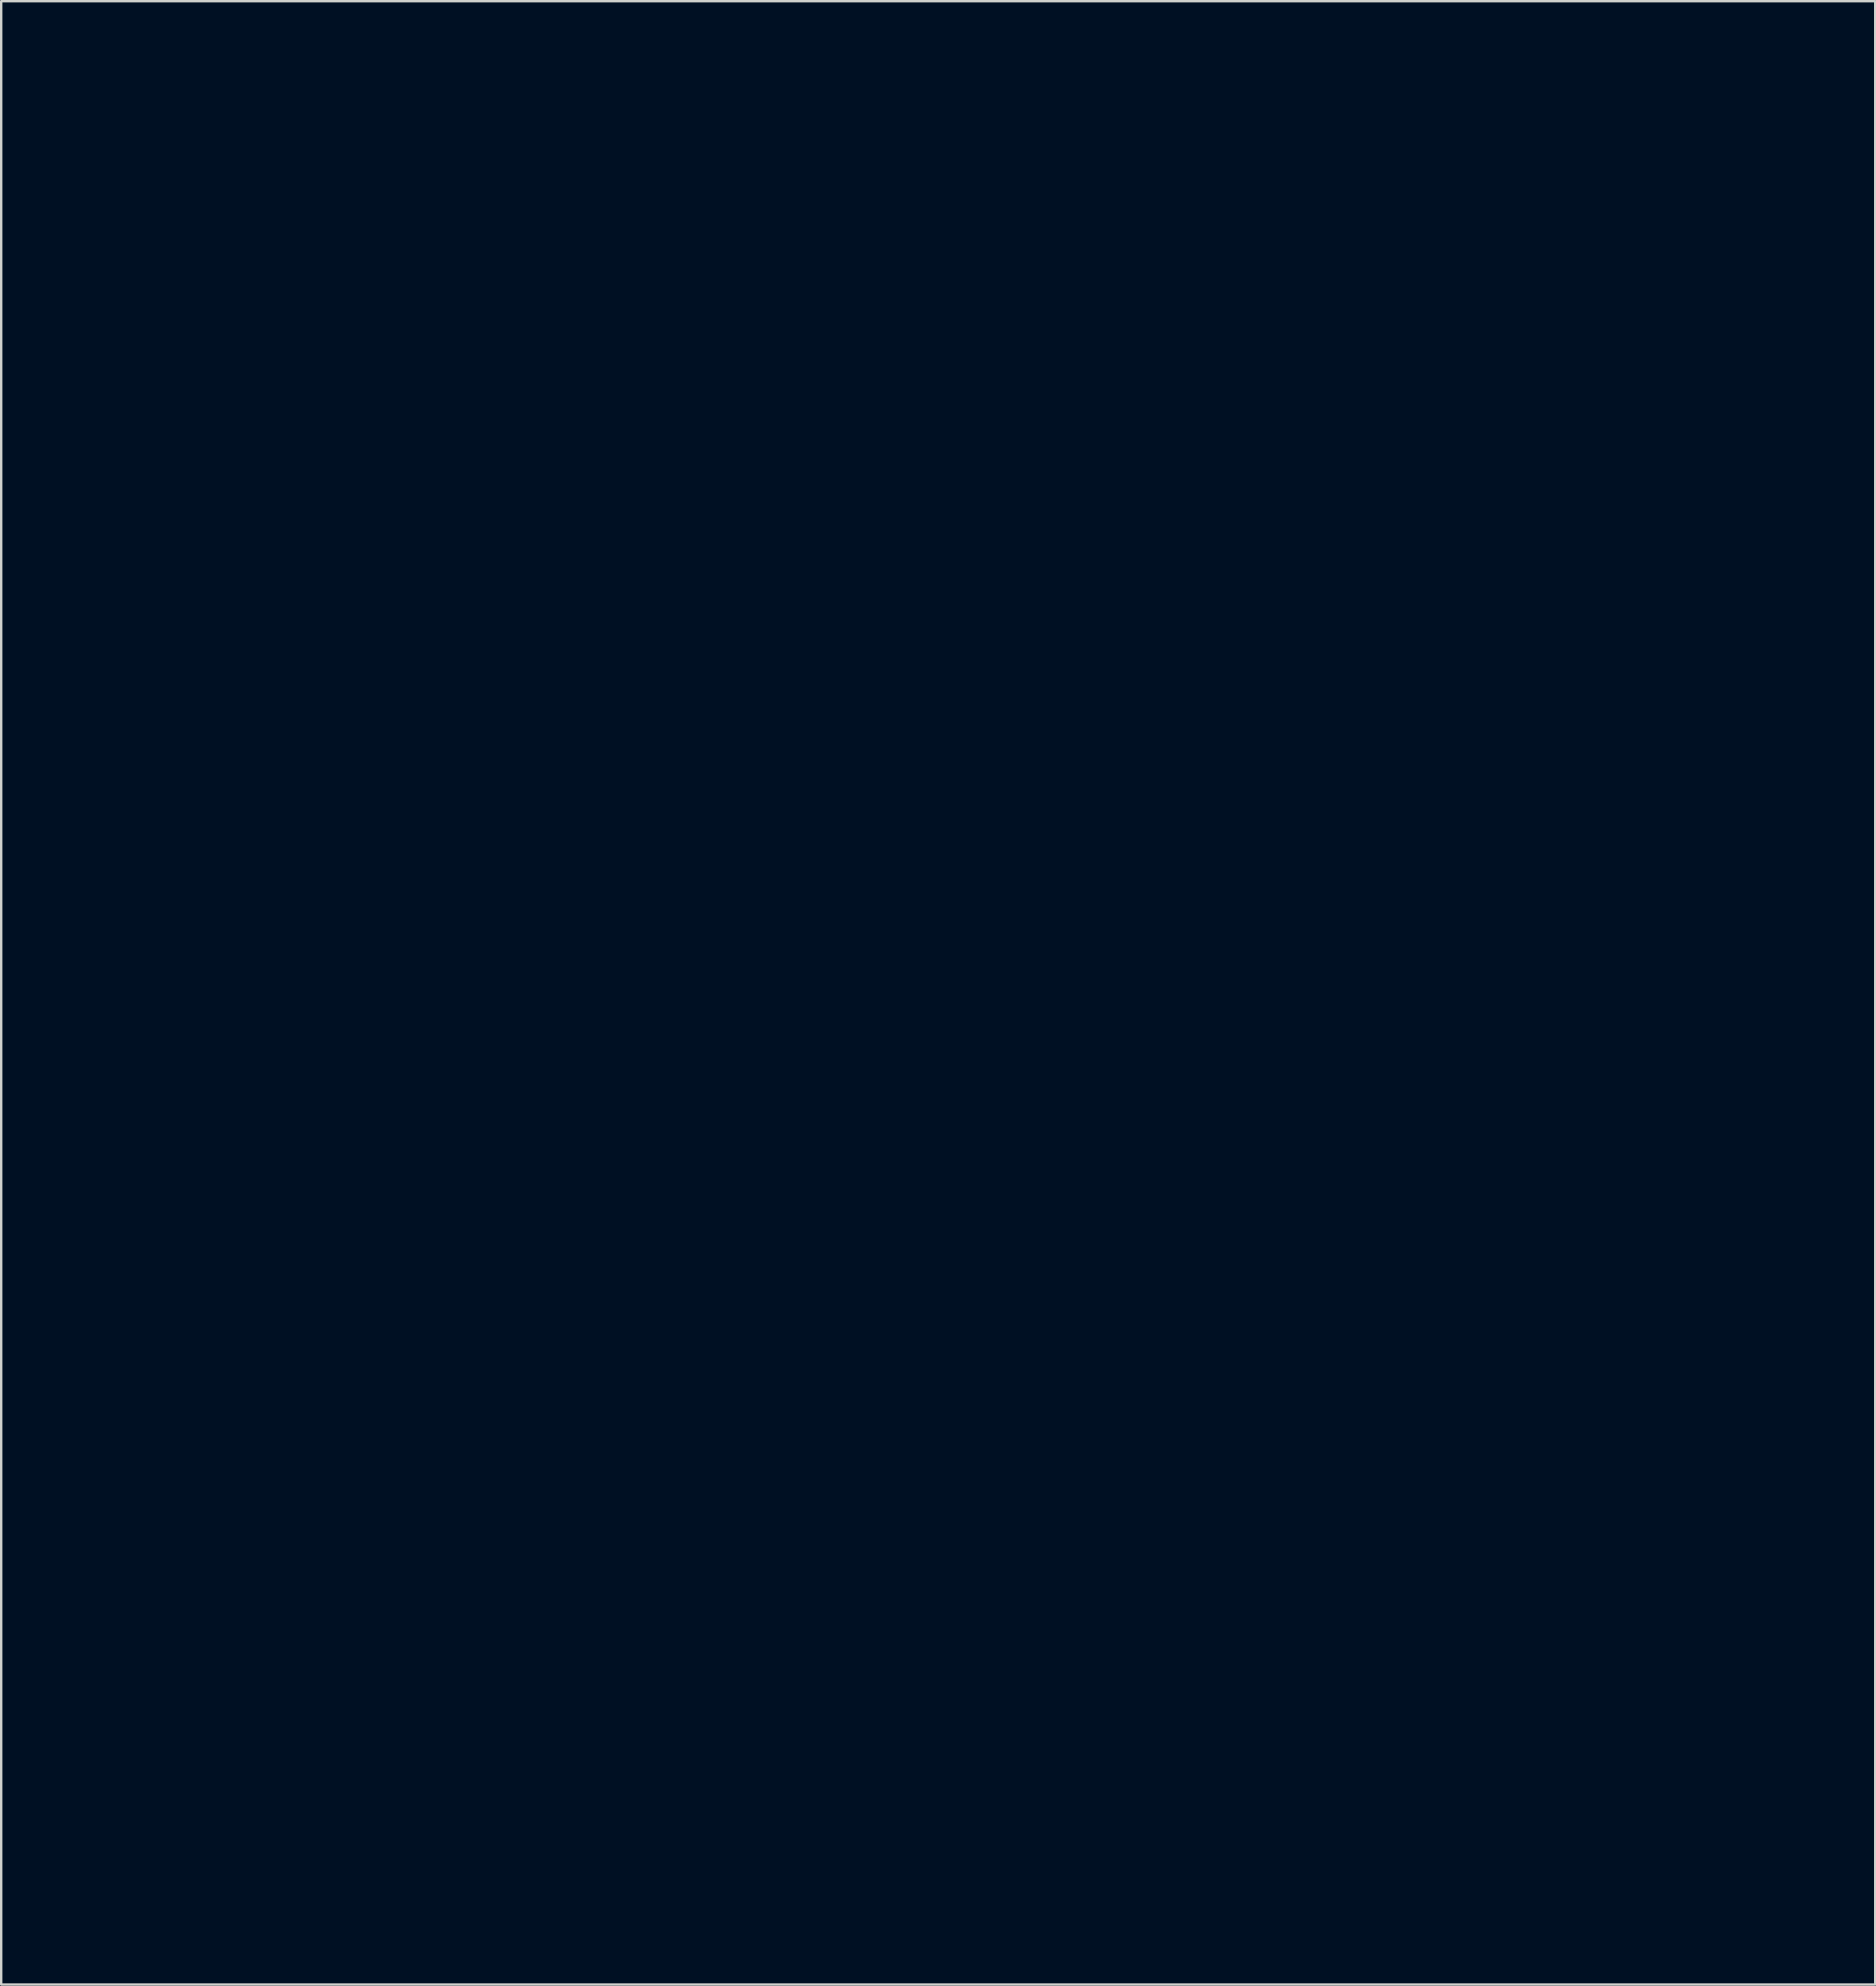
<source format=kicad_pcb>
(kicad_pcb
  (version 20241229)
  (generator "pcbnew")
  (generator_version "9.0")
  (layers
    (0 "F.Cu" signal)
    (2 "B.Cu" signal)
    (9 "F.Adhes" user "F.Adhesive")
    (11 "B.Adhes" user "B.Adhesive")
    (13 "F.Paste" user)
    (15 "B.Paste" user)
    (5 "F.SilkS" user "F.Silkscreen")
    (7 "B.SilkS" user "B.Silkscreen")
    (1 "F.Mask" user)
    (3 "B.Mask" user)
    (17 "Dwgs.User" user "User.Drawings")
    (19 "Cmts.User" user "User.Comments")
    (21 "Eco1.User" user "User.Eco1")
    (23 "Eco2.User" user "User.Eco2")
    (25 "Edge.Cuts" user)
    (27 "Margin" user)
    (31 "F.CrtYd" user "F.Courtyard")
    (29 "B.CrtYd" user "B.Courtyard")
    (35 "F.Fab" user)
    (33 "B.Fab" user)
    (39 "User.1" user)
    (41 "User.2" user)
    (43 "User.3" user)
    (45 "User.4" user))
  (footprint "board-alignments"
    (layer "F.Cu")
    (at 36.165 40.716)
    (property "Reference" "board-alignments" (at 0 -39.289 0) (layer "Eco1.User") (effects (font (size 1.524 1.524) (thickness 0.305))))
    (attr smd)
    (fp_line (start 3.877 -16.964) (end 6.221 -16.964) (stroke (width 0.499) (type solid)) (layer "Eco1.User"))
    (fp_line (start 3.877 -6.042) (end 3.877 -16.964) (stroke (width 0.499) (type solid)) (layer "Eco1.User"))
    (fp_line (start 6.221 -16.964) (end 6.221 -6.042) (stroke (width 0.499) (type solid)) (layer "Eco1.User"))
    (fp_line (start 6.221 -6.042) (end 3.877 -6.042) (stroke (width 0.499) (type solid)) (layer "Eco1.User"))
    (fp_line (start 6.457 3.528) (end 24.259 3.528) (stroke (width 0.499) (type solid)) (layer "Eco1.User"))
    (fp_line (start 6.457 10.183) (end 6.457 3.528) (stroke (width 0.499) (type solid)) (layer "Eco1.User"))
    (fp_line (start 24.259 3.528) (end 24.259 10.183) (stroke (width 0.499) (type solid)) (layer "Eco1.User"))
    (fp_line (start 24.259 10.183) (end 6.457 10.183) (stroke (width 0.499) (type solid)) (layer "Eco1.User"))
    (fp_poly (pts (xy -28.351 -2.228) (xy -29.604 -1.141) (xy -29.428 -1.288) (xy -29.236 -1.414) (xy -29.028 -1.518) (xy -28.807 -1.596) (xy -28.574 -1.648) (xy -28.331 -1.672) (xy -28.329 -1.578) (xy -28.085 -1.572) (xy -27.848 -1.536) (xy -27.622 -1.474) (xy -27.408 -1.386) (xy -27.206 -1.274) (xy -27.021 -1.14) (xy -26.852 -0.985) (xy -26.703 -0.812) (xy -26.574 -0.621) (xy -26.468 -0.415) (xy -26.387 -0.195) (xy -26.332 0.037) (xy -26.305 0.28) (xy -26.32 0.523) (xy -26.364 0.758) (xy -26.434 0.981) (xy -26.53 1.192) (xy -26.649 1.389) (xy -26.79 1.57) (xy -26.951 1.732) (xy -27.13 1.875) (xy -27.325 1.997) (xy -27.536 2.095) (xy -27.759 2.168) (xy -27.993 2.215) (xy -28.236 2.233) (xy -28.48 2.221) (xy -28.715 2.18) (xy -28.94 2.112) (xy -29.153 2.019) (xy -29.351 1.902) (xy -29.533 1.763) (xy -29.698 1.605) (xy -29.843 1.428) (xy -29.967 1.234) (xy -30.068 1.025) (xy -30.144 0.803) (xy -30.193 0.57) (xy -30.214 0.327) (xy -30.205 0.083) (xy -30.167 -0.153) (xy -30.102 -0.378) (xy -30.011 -0.591) (xy -29.897 -0.791) (xy -29.76 -0.975) (xy -29.604 -1.141) (xy -28.351 -2.228) (xy -28.587 -2.208) (xy -28.816 -2.167) (xy -29.037 -2.105) (xy -29.25 -2.024) (xy -29.452 -1.924) (xy -29.644 -1.808) (xy -29.823 -1.675) (xy -29.99 -1.526) (xy -30.143 -1.364) (xy -30.281 -1.189) (xy -30.403 -1.002) (xy -30.508 -0.804) (xy -30.595 -0.596) (xy -30.663 -0.379) (xy -30.711 -0.154) (xy -30.739 0.077) (xy -30.744 0.314) (xy -30.727 0.55) (xy -30.689 0.78) (xy -30.63 1.002) (xy -30.551 1.215) (xy -30.454 1.418) (xy -30.339 1.611) (xy -30.209 1.792) (xy -30.063 1.961) (xy -29.902 2.115) (xy -29.728 2.255) (xy -29.543 2.379) (xy -29.346 2.487) (xy -29.139 2.576) (xy -28.923 2.647) (xy -28.699 2.698) (xy -28.468 2.728) (xy -28.231 2.736) (xy -27.994 2.722) (xy -27.764 2.687) (xy -27.541 2.63) (xy -27.327 2.554) (xy -27.122 2.46) (xy -26.927 2.348) (xy -26.745 2.219) (xy -26.574 2.075) (xy -26.418 1.917) (xy -26.276 1.745) (xy -26.149 1.561) (xy -26.039 1.365) (xy -25.947 1.159) (xy -25.874 0.944) (xy -25.82 0.721) (xy -25.787 0.49) (xy -25.776 0.254) (xy -25.799 0.018) (xy -25.843 -0.211) (xy -25.907 -0.431) (xy -25.991 -0.642) (xy -26.093 -0.844) (xy -26.212 -1.034) (xy -26.347 -1.211) (xy -26.498 -1.376) (xy -26.662 -1.527) (xy -26.839 -1.662) (xy -27.027 -1.782) (xy -27.227 -1.885) (xy -27.436 -1.969) (xy -27.654 -2.035) (xy -27.879 -2.08) (xy -28.111 -2.105) (xy -28.348 -2.107) (xy -28.351 -2.228)) (stroke (width 0.1) (type solid)) (fill no) (layer "Eco1.User"))
    (fp_poly (pts (xy -22.997 13.95) (xy -24.251 15.036) (xy -24.075 14.889) (xy -23.883 14.762) (xy -23.675 14.659) (xy -23.454 14.58) (xy -23.221 14.528) (xy -22.978 14.505) (xy -22.976 14.599) (xy -22.731 14.605) (xy -22.495 14.64) (xy -22.269 14.703) (xy -22.054 14.791) (xy -21.853 14.903) (xy -21.668 15.037) (xy -21.499 15.191) (xy -21.35 15.365) (xy -21.221 15.556) (xy -21.115 15.762) (xy -21.034 15.982) (xy -20.979 16.214) (xy -20.952 16.456) (xy -20.967 16.7) (xy -21.011 16.934) (xy -21.082 17.158) (xy -21.177 17.369) (xy -21.297 17.566) (xy -21.438 17.746) (xy -21.598 17.909) (xy -21.777 18.052) (xy -21.973 18.174) (xy -22.183 18.272) (xy -22.406 18.345) (xy -22.64 18.391) (xy -22.884 18.409) (xy -23.128 18.397) (xy -23.363 18.357) (xy -23.588 18.289) (xy -23.8 18.196) (xy -23.998 18.079) (xy -24.181 17.94) (xy -24.345 17.781) (xy -24.49 17.604) (xy -24.614 17.411) (xy -24.715 17.202) (xy -24.791 16.98) (xy -24.84 16.747) (xy -24.861 16.503) (xy -24.852 16.26) (xy -24.814 16.024) (xy -24.749 15.799) (xy -24.659 15.586) (xy -24.544 15.386) (xy -24.408 15.202) (xy -24.251 15.036) (xy -22.997 13.95) (xy -23.234 13.969) (xy -23.463 14.011) (xy -23.684 14.072) (xy -23.897 14.154) (xy -24.099 14.253) (xy -24.291 14.37) (xy -24.47 14.503) (xy -24.637 14.651) (xy -24.79 14.813) (xy -24.928 14.988) (xy -25.05 15.175) (xy -25.155 15.373) (xy -25.242 15.581) (xy -25.31 15.798) (xy -25.358 16.022) (xy -25.386 16.254) (xy -25.391 16.491) (xy -25.374 16.727) (xy -25.336 16.957) (xy -25.276 17.178) (xy -25.198 17.392) (xy -25.101 17.595) (xy -24.986 17.788) (xy -24.855 17.969) (xy -24.709 18.138) (xy -24.549 18.292) (xy -24.375 18.432) (xy -24.189 18.556) (xy -23.993 18.663) (xy -23.786 18.753) (xy -23.569 18.824) (xy -23.345 18.875) (xy -23.114 18.905) (xy -22.877 18.913) (xy -22.641 18.899) (xy -22.411 18.863) (xy -22.188 18.807) (xy -21.973 18.731) (xy -21.769 18.637) (xy -21.574 18.524) (xy -21.391 18.396) (xy -21.221 18.252) (xy -21.065 18.094) (xy -20.923 17.922) (xy -20.796 17.737) (xy -20.686 17.542) (xy -20.594 17.336) (xy -20.521 17.121) (xy -20.467 16.898) (xy -20.434 16.667) (xy -20.423 16.431) (xy -20.445 16.195) (xy -20.49 15.966) (xy -20.554 15.746) (xy -20.638 15.534) (xy -20.74 15.333) (xy -20.859 15.143) (xy -20.994 14.966) (xy -21.144 14.801) (xy -21.309 14.65) (xy -21.486 14.515) (xy -21.674 14.395) (xy -21.874 14.293) (xy -22.083 14.208) (xy -22.301 14.143) (xy -22.526 14.097) (xy -22.758 14.073) (xy -22.995 14.07) (xy -22.997 13.95)) (stroke (width 0.1) (type solid)) (fill no) (layer "Eco1.User"))
    (fp_poly (pts (xy -14.071 -26.343) (xy -15.324 -25.257) (xy -15.148 -25.404) (xy -14.956 -25.531) (xy -14.748 -25.634) (xy -14.527 -25.713) (xy -14.294 -25.765) (xy -14.051 -25.789) (xy -14.049 -25.694) (xy -13.805 -25.688) (xy -13.569 -25.653) (xy -13.342 -25.59) (xy -13.128 -25.502) (xy -12.927 -25.391) (xy -12.741 -25.256) (xy -12.572 -25.102) (xy -12.423 -24.928) (xy -12.294 -24.737) (xy -12.188 -24.531) (xy -12.107 -24.311) (xy -12.052 -24.079) (xy -12.025 -23.837) (xy -12.04 -23.593) (xy -12.084 -23.359) (xy -12.154 -23.135) (xy -12.25 -22.924) (xy -12.369 -22.727) (xy -12.51 -22.547) (xy -12.671 -22.384) (xy -12.85 -22.241) (xy -13.045 -22.12) (xy -13.255 -22.021) (xy -13.478 -21.948) (xy -13.712 -21.902) (xy -13.956 -21.884) (xy -14.2 -21.896) (xy -14.435 -21.937) (xy -14.66 -22.004) (xy -14.872 -22.097) (xy -15.071 -22.214) (xy -15.253 -22.353) (xy -15.418 -22.511) (xy -15.563 -22.688) (xy -15.687 -22.882) (xy -15.788 -23.091) (xy -15.864 -23.313) (xy -15.913 -23.546) (xy -15.934 -23.789) (xy -15.925 -24.033) (xy -15.887 -24.268) (xy -15.822 -24.494) (xy -15.732 -24.707) (xy -15.617 -24.907) (xy -15.481 -25.091) (xy -15.324 -25.257) (xy -14.071 -26.343) (xy -14.308 -26.323) (xy -14.537 -26.282) (xy -14.758 -26.22) (xy -14.971 -26.139) (xy -15.173 -26.04) (xy -15.365 -25.923) (xy -15.544 -25.79) (xy -15.711 -25.642) (xy -15.864 -25.48) (xy -16.002 -25.305) (xy -16.123 -25.118) (xy -16.228 -24.919) (xy -16.316 -24.711) (xy -16.384 -24.495) (xy -16.432 -24.27) (xy -16.459 -24.039) (xy -16.465 -23.802) (xy -16.448 -23.566) (xy -16.409 -23.336) (xy -16.35 -23.114) (xy -16.272 -22.901) (xy -16.175 -22.697) (xy -16.06 -22.505) (xy -15.929 -22.323) (xy -15.783 -22.155) (xy -15.623 -22.001) (xy -15.449 -21.861) (xy -15.263 -21.737) (xy -15.066 -21.629) (xy -14.859 -21.54) (xy -14.643 -21.469) (xy -14.419 -21.418) (xy -14.188 -21.388) (xy -13.951 -21.379) (xy -13.714 -21.394) (xy -13.484 -21.429) (xy -13.261 -21.486) (xy -13.047 -21.562) (xy -12.842 -21.656) (xy -12.648 -21.768) (xy -12.465 -21.897) (xy -12.295 -22.041) (xy -12.138 -22.199) (xy -11.996 -22.371) (xy -11.87 -22.555) (xy -11.76 -22.751) (xy -11.668 -22.956) (xy -11.594 -23.172) (xy -11.54 -23.395) (xy -11.507 -23.625) (xy -11.496 -23.862) (xy -11.519 -24.098) (xy -11.563 -24.326) (xy -11.627 -24.547) (xy -11.711 -24.758) (xy -11.813 -24.959) (xy -11.932 -25.149) (xy -12.068 -25.327) (xy -12.218 -25.492) (xy -12.382 -25.643) (xy -12.559 -25.778) (xy -12.748 -25.898) (xy -12.947 -26) (xy -13.156 -26.085) (xy -13.374 -26.15) (xy -13.599 -26.196) (xy -13.831 -26.22) (xy -14.068 -26.223) (xy -14.071 -26.343)) (stroke (width 0.1) (type solid)) (fill no) (layer "Eco1.User"))
    (fp_poly (pts (xy -11.983 23.111) (xy -13.236 24.197) (xy -13.06 24.05) (xy -12.868 23.924) (xy -12.66 23.82) (xy -12.439 23.742) (xy -12.206 23.69) (xy -11.963 23.666) (xy -11.961 23.76) (xy -11.717 23.766) (xy -11.48 23.802) (xy -11.254 23.864) (xy -11.04 23.952) (xy -10.838 24.064) (xy -10.653 24.198) (xy -10.484 24.353) (xy -10.335 24.526) (xy -10.206 24.717) (xy -10.1 24.923) (xy -10.019 25.143) (xy -9.964 25.375) (xy -9.937 25.618) (xy -9.952 25.861) (xy -9.996 26.096) (xy -10.066 26.319) (xy -10.162 26.53) (xy -10.281 26.727) (xy -10.422 26.908) (xy -10.583 27.07) (xy -10.762 27.213) (xy -10.957 27.335) (xy -11.167 27.433) (xy -11.39 27.506) (xy -11.624 27.553) (xy -11.868 27.571) (xy -12.112 27.559) (xy -12.347 27.518) (xy -12.572 27.45) (xy -12.784 27.357) (xy -12.983 27.24) (xy -13.165 27.101) (xy -13.33 26.943) (xy -13.475 26.766) (xy -13.599 26.572) (xy -13.7 26.363) (xy -13.776 26.141) (xy -13.825 25.908) (xy -13.846 25.665) (xy -13.837 25.421) (xy -13.799 25.185) (xy -13.734 24.96) (xy -13.643 24.747) (xy -13.529 24.547) (xy -13.392 24.363) (xy -13.236 24.197) (xy -11.983 23.111) (xy -12.219 23.131) (xy -12.449 23.172) (xy -12.67 23.234) (xy -12.882 23.315) (xy -13.085 23.414) (xy -13.276 23.531) (xy -13.456 23.664) (xy -13.623 23.812) (xy -13.775 23.974) (xy -13.913 24.149) (xy -14.035 24.336) (xy -14.14 24.534) (xy -14.227 24.742) (xy -14.296 24.959) (xy -14.344 25.184) (xy -14.371 25.415) (xy -14.377 25.652) (xy -14.36 25.888) (xy -14.321 26.118) (xy -14.262 26.34) (xy -14.183 26.553) (xy -14.086 26.756) (xy -13.972 26.949) (xy -13.841 27.13) (xy -13.695 27.299) (xy -13.534 27.453) (xy -13.361 27.593) (xy -13.175 27.717) (xy -12.978 27.825) (xy -12.771 27.914) (xy -12.555 27.985) (xy -12.331 28.036) (xy -12.1 28.066) (xy -11.863 28.074) (xy -11.626 28.06) (xy -11.396 28.025) (xy -11.173 27.968) (xy -10.959 27.892) (xy -10.754 27.798) (xy -10.559 27.686) (xy -10.377 27.557) (xy -10.206 27.413) (xy -10.05 27.255) (xy -9.908 27.083) (xy -9.781 26.899) (xy -9.671 26.703) (xy -9.579 26.497) (xy -9.506 26.282) (xy -9.452 26.059) (xy -9.419 25.828) (xy -9.408 25.592) (xy -9.431 25.356) (xy -9.475 25.127) (xy -9.539 24.907) (xy -9.623 24.696) (xy -9.725 24.495) (xy -9.844 24.305) (xy -9.979 24.127) (xy -10.13 23.962) (xy -10.294 23.811) (xy -10.471 23.676) (xy -10.659 23.556) (xy -10.859 23.454) (xy -11.068 23.369) (xy -11.286 23.304) (xy -11.511 23.258) (xy -11.743 23.234) (xy -11.98 23.231) (xy -11.983 23.111)) (stroke (width 0.1) (type solid)) (fill no) (layer "Eco1.User"))
    (fp_poly (pts (xy -5.024 -29.535) (xy -6.277 -28.448) (xy -6.101 -28.596) (xy -5.909 -28.722) (xy -5.701 -28.825) (xy -5.48 -28.904) (xy -5.247 -28.956) (xy -5.004 -28.98) (xy -5.002 -28.885) (xy -4.758 -28.879) (xy -4.522 -28.844) (xy -4.295 -28.782) (xy -4.081 -28.694) (xy -3.88 -28.582) (xy -3.694 -28.448) (xy -3.525 -28.293) (xy -3.376 -28.12) (xy -3.247 -27.929) (xy -3.141 -27.723) (xy -3.06 -27.503) (xy -3.005 -27.271) (xy -2.978 -27.028) (xy -2.993 -26.785) (xy -3.037 -26.55) (xy -3.107 -26.327) (xy -3.203 -26.116) (xy -3.322 -25.919) (xy -3.463 -25.738) (xy -3.624 -25.576) (xy -3.803 -25.433) (xy -3.998 -25.311) (xy -4.208 -25.213) (xy -4.431 -25.14) (xy -4.665 -25.093) (xy -4.909 -25.075) (xy -5.153 -25.087) (xy -5.388 -25.128) (xy -5.613 -25.196) (xy -5.825 -25.289) (xy -6.024 -25.406) (xy -6.206 -25.544) (xy -6.371 -25.703) (xy -6.516 -25.88) (xy -6.64 -26.074) (xy -6.741 -26.282) (xy -6.817 -26.504) (xy -6.866 -26.738) (xy -6.887 -26.981) (xy -6.878 -27.224) (xy -6.84 -27.46) (xy -6.775 -27.685) (xy -6.685 -27.899) (xy -6.57 -28.098) (xy -6.434 -28.282) (xy -6.277 -28.448) (xy -5.024 -29.535) (xy -5.261 -29.515) (xy -5.49 -29.473) (xy -5.711 -29.412) (xy -5.924 -29.331) (xy -6.126 -29.231) (xy -6.318 -29.114) (xy -6.497 -28.981) (xy -6.664 -28.833) (xy -6.817 -28.671) (xy -6.955 -28.496) (xy -7.076 -28.309) (xy -7.181 -28.111) (xy -7.269 -27.903) (xy -7.337 -27.686) (xy -7.385 -27.461) (xy -7.412 -27.23) (xy -7.418 -26.993) (xy -7.401 -26.757) (xy -7.362 -26.527) (xy -7.303 -26.305) (xy -7.225 -26.092) (xy -7.128 -25.888) (xy -7.013 -25.696) (xy -6.882 -25.514) (xy -6.736 -25.346) (xy -6.576 -25.192) (xy -6.402 -25.052) (xy -6.216 -24.928) (xy -6.019 -24.82) (xy -5.812 -24.731) (xy -5.596 -24.66) (xy -5.372 -24.609) (xy -5.141 -24.579) (xy -4.904 -24.57) (xy -4.667 -24.585) (xy -4.437 -24.62) (xy -4.214 -24.677) (xy -4 -24.753) (xy -3.795 -24.847) (xy -3.601 -24.959) (xy -3.418 -25.088) (xy -3.248 -25.232) (xy -3.091 -25.39) (xy -2.949 -25.562) (xy -2.823 -25.747) (xy -2.713 -25.942) (xy -2.621 -26.148) (xy -2.547 -26.363) (xy -2.493 -26.586) (xy -2.46 -26.817) (xy -2.449 -27.054) (xy -2.472 -27.289) (xy -2.516 -27.518) (xy -2.58 -27.738) (xy -2.664 -27.95) (xy -2.766 -28.151) (xy -2.885 -28.341) (xy -3.021 -28.519) (xy -3.171 -28.684) (xy -3.335 -28.834) (xy -3.512 -28.97) (xy -3.701 -29.089) (xy -3.9 -29.192) (xy -4.109 -29.276) (xy -4.327 -29.342) (xy -4.552 -29.387) (xy -4.784 -29.412) (xy -5.021 -29.415) (xy -5.024 -29.535)) (stroke (width 0.1) (type solid)) (fill no) (layer "Eco1.User"))
    (fp_poly (pts (xy -0.573 25.738) (xy -1.826 26.824) (xy -1.651 26.677) (xy -1.459 26.551) (xy -1.251 26.447) (xy -1.03 26.369) (xy -0.797 26.317) (xy -0.554 26.293) (xy -0.551 26.388) (xy -0.307 26.394) (xy -0.071 26.429) (xy 0.155 26.491) (xy 0.37 26.579) (xy 0.571 26.691) (xy 0.757 26.825) (xy 0.925 26.98) (xy 1.075 27.153) (xy 1.203 27.344) (xy 1.309 27.55) (xy 1.39 27.77) (xy 1.445 28.002) (xy 1.472 28.244) (xy 1.457 28.488) (xy 1.413 28.722) (xy 1.343 28.946) (xy 1.247 29.157) (xy 1.128 29.354) (xy 0.987 29.534) (xy 0.826 29.697) (xy 0.647 29.84) (xy 0.452 29.961) (xy 0.242 30.06) (xy 0.019 30.133) (xy -0.216 30.179) (xy -0.459 30.197) (xy -0.703 30.185) (xy -0.938 30.145) (xy -1.163 30.077) (xy -1.375 29.984) (xy -1.574 29.867) (xy -1.756 29.728) (xy -1.921 29.57) (xy -2.066 29.393) (xy -2.19 29.199) (xy -2.291 28.99) (xy -2.367 28.768) (xy -2.416 28.535) (xy -2.437 28.292) (xy -2.428 28.048) (xy -2.39 27.813) (xy -2.325 27.587) (xy -2.234 27.374) (xy -2.12 27.175) (xy -1.983 26.991) (xy -1.826 26.824) (xy -0.573 25.738) (xy -0.809 25.758) (xy -1.038 25.799) (xy -1.26 25.861) (xy -1.472 25.942) (xy -1.675 26.041) (xy -1.866 26.158) (xy -2.046 26.291) (xy -2.213 26.439) (xy -2.366 26.601) (xy -2.503 26.777) (xy -2.625 26.964) (xy -2.73 27.162) (xy -2.818 27.37) (xy -2.886 27.587) (xy -2.934 27.811) (xy -2.962 28.043) (xy -2.967 28.28) (xy -2.95 28.516) (xy -2.912 28.745) (xy -2.852 28.967) (xy -2.774 29.181) (xy -2.677 29.384) (xy -2.562 29.577) (xy -2.431 29.758) (xy -2.285 29.926) (xy -2.125 30.081) (xy -1.951 30.221) (xy -1.765 30.345) (xy -1.568 30.452) (xy -1.361 30.542) (xy -1.145 30.613) (xy -0.921 30.664) (xy -0.69 30.694) (xy -0.453 30.702) (xy -0.216 30.688) (xy 0.014 30.652) (xy 0.237 30.596) (xy 0.451 30.52) (xy 0.656 30.425) (xy 0.85 30.313) (xy 1.033 30.185) (xy 1.203 30.041) (xy 1.36 29.882) (xy 1.502 29.71) (xy 1.628 29.526) (xy 1.738 29.331) (xy 1.83 29.125) (xy 1.904 28.91) (xy 1.957 28.686) (xy 1.99 28.456) (xy 2.002 28.219) (xy 1.979 27.983) (xy 1.935 27.755) (xy 1.87 27.534) (xy 1.787 27.323) (xy 1.685 27.122) (xy 1.566 26.932) (xy 1.43 26.754) (xy 1.28 26.589) (xy 1.116 26.438) (xy 0.939 26.303) (xy 0.75 26.183) (xy 0.551 26.081) (xy 0.341 25.996) (xy 0.124 25.931) (xy -0.102 25.885) (xy -0.333 25.861) (xy -0.57 25.858) (xy -0.573 25.738)) (stroke (width 0.1) (type solid)) (fill no) (layer "Eco1.User"))
    (fp_poly (pts (xy -0.331 -2.191) (xy -1.583 -1.105) (xy -1.408 -1.252) (xy -1.215 -1.378) (xy -1.008 -1.482) (xy -0.786 -1.56) (xy -0.553 -1.612) (xy -0.31 -1.636) (xy -0.308 -1.542) (xy -0.064 -1.536) (xy 0.172 -1.501) (xy 0.398 -1.438) (xy 0.613 -1.35) (xy 0.814 -1.239) (xy 1 -1.104) (xy 1.168 -0.95) (xy 1.318 -0.776) (xy 1.446 -0.585) (xy 1.552 -0.379) (xy 1.634 -0.159) (xy 1.689 0.073) (xy 1.715 0.315) (xy 1.7 0.559) (xy 1.657 0.793) (xy 1.586 1.017) (xy 1.49 1.228) (xy 1.371 1.425) (xy 1.23 1.605) (xy 1.07 1.768) (xy 0.891 1.911) (xy 0.695 2.032) (xy 0.485 2.131) (xy 0.262 2.204) (xy 0.028 2.25) (xy -0.216 2.268) (xy -0.46 2.256) (xy -0.695 2.215) (xy -0.92 2.148) (xy -1.132 2.055) (xy -1.33 1.938) (xy -1.513 1.799) (xy -1.677 1.641) (xy -1.823 1.464) (xy -1.947 1.27) (xy -2.047 1.061) (xy -2.123 0.839) (xy -2.173 0.606) (xy -2.193 0.363) (xy -2.184 0.119) (xy -2.146 -0.116) (xy -2.081 -0.342) (xy -1.991 -0.555) (xy -1.876 -0.755) (xy -1.74 -0.938) (xy -1.583 -1.105) (xy -0.331 -2.191) (xy -0.567 -2.172) (xy -0.796 -2.13) (xy -1.017 -2.069) (xy -1.23 -1.988) (xy -1.432 -1.888) (xy -1.624 -1.771) (xy -1.803 -1.638) (xy -1.97 -1.49) (xy -2.123 -1.328) (xy -2.261 -1.153) (xy -2.383 -0.966) (xy -2.488 -0.768) (xy -2.575 -0.56) (xy -2.643 -0.343) (xy -2.691 -0.118) (xy -2.719 0.113) (xy -2.724 0.35) (xy -2.707 0.586) (xy -2.669 0.816) (xy -2.61 1.038) (xy -2.531 1.251) (xy -2.434 1.455) (xy -2.319 1.647) (xy -2.188 1.829) (xy -2.042 1.997) (xy -1.882 2.152) (xy -1.708 2.291) (xy -1.522 2.415) (xy -1.325 2.523) (xy -1.118 2.612) (xy -0.902 2.683) (xy -0.678 2.734) (xy -0.447 2.764) (xy -0.21 2.773) (xy 0.027 2.758) (xy 0.257 2.723) (xy 0.48 2.666) (xy 0.694 2.59) (xy 0.899 2.496) (xy 1.093 2.384) (xy 1.276 2.255) (xy 1.446 2.111) (xy 1.603 1.953) (xy 1.745 1.781) (xy 1.871 1.597) (xy 1.981 1.401) (xy 2.073 1.195) (xy 2.147 0.98) (xy 2.2 0.757) (xy 2.233 0.526) (xy 2.245 0.289) (xy 2.222 0.054) (xy 2.178 -0.175) (xy 2.113 -0.395) (xy 2.03 -0.607) (xy 1.928 -0.808) (xy 1.808 -0.998) (xy 1.673 -1.176) (xy 1.523 -1.34) (xy 1.359 -1.491) (xy 1.182 -1.627) (xy 0.993 -1.746) (xy 0.794 -1.849) (xy 0.584 -1.933) (xy 0.367 -1.999) (xy 0.141 -2.044) (xy -0.09 -2.069) (xy -0.327 -2.072) (xy -0.331 -2.191)) (stroke (width 0.1) (type solid)) (fill no) (layer "Eco1.User"))
    (fp_poly (pts (xy 4.872 -29.477) (xy 3.619 -28.391) (xy 3.795 -28.538) (xy 3.987 -28.664) (xy 4.195 -28.767) (xy 4.416 -28.846) (xy 4.649 -28.898) (xy 4.892 -28.922) (xy 4.895 -28.827) (xy 5.139 -28.821) (xy 5.375 -28.786) (xy 5.602 -28.724) (xy 5.816 -28.636) (xy 6.017 -28.524) (xy 6.203 -28.39) (xy 6.371 -28.235) (xy 6.521 -28.061) (xy 6.649 -27.871) (xy 6.755 -27.664) (xy 6.837 -27.444) (xy 6.891 -27.212) (xy 6.918 -26.97) (xy 6.903 -26.726) (xy 6.86 -26.492) (xy 6.789 -26.268) (xy 6.693 -26.057) (xy 6.574 -25.86) (xy 6.433 -25.68) (xy 6.272 -25.517) (xy 6.093 -25.374) (xy 5.898 -25.253) (xy 5.688 -25.155) (xy 5.465 -25.081) (xy 5.231 -25.035) (xy 4.987 -25.017) (xy 4.743 -25.029) (xy 4.508 -25.07) (xy 4.283 -25.138) (xy 4.071 -25.231) (xy 3.872 -25.347) (xy 3.69 -25.486) (xy 3.525 -25.645) (xy 3.38 -25.822) (xy 3.256 -26.016) (xy 3.155 -26.224) (xy 3.079 -26.446) (xy 3.03 -26.68) (xy 3.009 -26.923) (xy 3.018 -27.167) (xy 3.056 -27.402) (xy 3.121 -27.627) (xy 3.212 -27.841) (xy 3.326 -28.04) (xy 3.463 -28.224) (xy 3.619 -28.391) (xy 4.872 -29.477) (xy 4.636 -29.457) (xy 4.407 -29.416) (xy 4.185 -29.354) (xy 3.973 -29.273) (xy 3.771 -29.173) (xy 3.579 -29.057) (xy 3.399 -28.924) (xy 3.233 -28.776) (xy 3.08 -28.614) (xy 2.942 -28.438) (xy 2.82 -28.251) (xy 2.715 -28.053) (xy 2.628 -27.845) (xy 2.56 -27.628) (xy 2.511 -27.404) (xy 2.484 -27.173) (xy 2.479 -26.936) (xy 2.496 -26.699) (xy 2.534 -26.47) (xy 2.593 -26.248) (xy 2.672 -26.035) (xy 2.769 -25.831) (xy 2.883 -25.638) (xy 3.014 -25.457) (xy 3.16 -25.289) (xy 3.321 -25.134) (xy 3.495 -24.994) (xy 3.68 -24.87) (xy 3.877 -24.763) (xy 4.085 -24.673) (xy 4.301 -24.603) (xy 4.525 -24.552) (xy 4.756 -24.521) (xy 4.993 -24.513) (xy 5.229 -24.527) (xy 5.46 -24.563) (xy 5.682 -24.619) (xy 5.897 -24.695) (xy 6.102 -24.79) (xy 6.296 -24.902) (xy 6.479 -25.03) (xy 6.649 -25.174) (xy 6.806 -25.333) (xy 6.948 -25.505) (xy 7.074 -25.689) (xy 7.184 -25.884) (xy 7.276 -26.09) (xy 7.349 -26.305) (xy 7.403 -26.529) (xy 7.436 -26.759) (xy 7.447 -26.996) (xy 7.425 -27.232) (xy 7.381 -27.46) (xy 7.316 -27.681) (xy 7.232 -27.892) (xy 7.13 -28.093) (xy 7.011 -28.283) (xy 6.876 -28.461) (xy 6.726 -28.625) (xy 6.562 -28.776) (xy 6.385 -28.912) (xy 6.196 -29.031) (xy 5.996 -29.134) (xy 5.787 -29.218) (xy 5.569 -29.284) (xy 5.344 -29.329) (xy 5.112 -29.354) (xy 4.875 -29.356) (xy 4.872 -29.477)) (stroke (width 0.1) (type solid)) (fill no) (layer "Eco1.User"))
    (fp_poly (pts (xy 10.631 23.291) (xy 9.377 24.377) (xy 9.553 24.23) (xy 9.745 24.103) (xy 9.953 24) (xy 10.174 23.922) (xy 10.407 23.869) (xy 10.65 23.846) (xy 10.653 23.94) (xy 10.897 23.946) (xy 11.133 23.981) (xy 11.359 24.044) (xy 11.574 24.132) (xy 11.775 24.244) (xy 11.961 24.378) (xy 12.129 24.532) (xy 12.279 24.706) (xy 12.407 24.897) (xy 12.513 25.103) (xy 12.594 25.323) (xy 12.649 25.555) (xy 12.676 25.797) (xy 12.661 26.041) (xy 12.617 26.275) (xy 12.547 26.499) (xy 12.451 26.71) (xy 12.332 26.907) (xy 12.191 27.087) (xy 12.03 27.25) (xy 11.851 27.393) (xy 11.656 27.515) (xy 11.446 27.613) (xy 11.223 27.686) (xy 10.988 27.732) (xy 10.745 27.75) (xy 10.501 27.738) (xy 10.266 27.698) (xy 10.041 27.63) (xy 9.829 27.537) (xy 9.63 27.42) (xy 9.448 27.281) (xy 9.283 27.123) (xy 9.138 26.946) (xy 9.014 26.752) (xy 8.913 26.543) (xy 8.837 26.321) (xy 8.788 26.088) (xy 8.767 25.845) (xy 8.776 25.601) (xy 8.814 25.366) (xy 8.879 25.14) (xy 8.97 24.927) (xy 9.084 24.727) (xy 9.221 24.544) (xy 9.377 24.377) (xy 10.631 23.291) (xy 10.395 23.311) (xy 10.166 23.352) (xy 9.944 23.414) (xy 9.732 23.495) (xy 9.529 23.595) (xy 9.338 23.711) (xy 9.158 23.844) (xy 8.991 23.992) (xy 8.839 24.154) (xy 8.701 24.329) (xy 8.579 24.517) (xy 8.474 24.715) (xy 8.387 24.923) (xy 8.319 25.139) (xy 8.27 25.364) (xy 8.243 25.595) (xy 8.237 25.832) (xy 8.254 26.068) (xy 8.293 26.298) (xy 8.352 26.52) (xy 8.431 26.733) (xy 8.528 26.937) (xy 8.642 27.13) (xy 8.773 27.311) (xy 8.919 27.479) (xy 9.079 27.634) (xy 9.253 27.774) (xy 9.439 27.898) (xy 9.636 28.005) (xy 9.843 28.094) (xy 10.059 28.165) (xy 10.283 28.216) (xy 10.514 28.246) (xy 10.751 28.255) (xy 10.988 28.241) (xy 11.218 28.205) (xy 11.441 28.149) (xy 11.655 28.073) (xy 11.86 27.978) (xy 12.054 27.866) (xy 12.237 27.737) (xy 12.407 27.593) (xy 12.564 27.435) (xy 12.706 27.263) (xy 12.832 27.079) (xy 12.942 26.884) (xy 13.034 26.678) (xy 13.108 26.463) (xy 13.161 26.239) (xy 13.194 26.009) (xy 13.206 25.772) (xy 13.183 25.536) (xy 13.139 25.308) (xy 13.074 25.087) (xy 12.991 24.876) (xy 12.889 24.675) (xy 12.77 24.485) (xy 12.634 24.307) (xy 12.484 24.142) (xy 12.32 23.992) (xy 12.143 23.856) (xy 11.954 23.736) (xy 11.755 23.634) (xy 11.545 23.549) (xy 11.328 23.484) (xy 11.102 23.438) (xy 10.871 23.414) (xy 10.634 23.411) (xy 10.631 23.291)) (stroke (width 0.1) (type solid)) (fill no) (layer "Eco1.User"))
    (fp_poly (pts (xy 14.013 -26.238) (xy 12.76 -25.151) (xy 12.936 -25.298) (xy 13.128 -25.424) (xy 13.336 -25.528) (xy 13.557 -25.606) (xy 13.79 -25.658) (xy 14.033 -25.682) (xy 14.035 -25.587) (xy 14.279 -25.581) (xy 14.515 -25.546) (xy 14.742 -25.484) (xy 14.956 -25.396) (xy 15.157 -25.284) (xy 15.343 -25.15) (xy 15.512 -24.995) (xy 15.661 -24.822) (xy 15.79 -24.631) (xy 15.896 -24.425) (xy 15.977 -24.205) (xy 16.032 -23.973) (xy 16.059 -23.73) (xy 16.044 -23.487) (xy 16 -23.252) (xy 15.93 -23.029) (xy 15.834 -22.818) (xy 15.715 -22.621) (xy 15.574 -22.44) (xy 15.413 -22.278) (xy 15.234 -22.135) (xy 15.038 -22.013) (xy 14.828 -21.915) (xy 14.605 -21.842) (xy 14.371 -21.795) (xy 14.128 -21.777) (xy 13.884 -21.789) (xy 13.648 -21.83) (xy 13.424 -21.898) (xy 13.211 -21.991) (xy 13.013 -22.108) (xy 12.831 -22.246) (xy 12.666 -22.405) (xy 12.521 -22.582) (xy 12.397 -22.776) (xy 12.296 -22.985) (xy 12.22 -23.207) (xy 12.171 -23.44) (xy 12.15 -23.683) (xy 12.159 -23.927) (xy 12.197 -24.162) (xy 12.262 -24.388) (xy 12.353 -24.601) (xy 12.467 -24.801) (xy 12.603 -24.984) (xy 12.76 -25.151) (xy 14.013 -26.238) (xy 13.777 -26.218) (xy 13.548 -26.176) (xy 13.326 -26.115) (xy 13.114 -26.034) (xy 12.912 -25.934) (xy 12.72 -25.817) (xy 12.54 -25.684) (xy 12.374 -25.536) (xy 12.221 -25.374) (xy 12.083 -25.199) (xy 11.961 -25.012) (xy 11.856 -24.814) (xy 11.769 -24.606) (xy 11.701 -24.389) (xy 11.653 -24.164) (xy 11.625 -23.933) (xy 11.62 -23.696) (xy 11.637 -23.46) (xy 11.675 -23.23) (xy 11.734 -23.008) (xy 11.813 -22.795) (xy 11.91 -22.591) (xy 12.024 -22.399) (xy 12.155 -22.218) (xy 12.301 -22.049) (xy 12.462 -21.895) (xy 12.635 -21.755) (xy 12.821 -21.631) (xy 13.018 -21.523) (xy 13.225 -21.434) (xy 13.441 -21.363) (xy 13.665 -21.312) (xy 13.896 -21.282) (xy 14.133 -21.274) (xy 14.37 -21.288) (xy 14.6 -21.323) (xy 14.823 -21.38) (xy 15.037 -21.456) (xy 15.242 -21.55) (xy 15.436 -21.662) (xy 15.619 -21.791) (xy 15.789 -21.935) (xy 15.946 -22.093) (xy 16.088 -22.265) (xy 16.215 -22.449) (xy 16.324 -22.645) (xy 16.416 -22.851) (xy 16.49 -23.066) (xy 16.544 -23.289) (xy 16.577 -23.519) (xy 16.588 -23.756) (xy 16.565 -23.992) (xy 16.521 -24.221) (xy 16.457 -24.441) (xy 16.373 -24.652) (xy 16.271 -24.853) (xy 16.152 -25.043) (xy 16.017 -25.221) (xy 15.866 -25.386) (xy 15.702 -25.537) (xy 15.525 -25.672) (xy 15.336 -25.792) (xy 15.137 -25.894) (xy 14.928 -25.979) (xy 14.71 -26.044) (xy 14.485 -26.09) (xy 14.253 -26.115) (xy 14.016 -26.117) (xy 14.013 -26.238)) (stroke (width 0.1) (type solid)) (fill no) (layer "Eco1.User"))
    (fp_poly (pts (xy 22.121 14.363) (xy 20.868 15.449) (xy 21.043 15.302) (xy 21.236 15.176) (xy 21.443 15.072) (xy 21.664 14.994) (xy 21.897 14.942) (xy 22.14 14.918) (xy 22.143 15.013) (xy 22.387 15.019) (xy 22.623 15.054) (xy 22.85 15.116) (xy 23.064 15.204) (xy 23.265 15.316) (xy 23.451 15.45) (xy 23.619 15.605) (xy 23.769 15.778) (xy 23.897 15.969) (xy 24.003 16.175) (xy 24.085 16.395) (xy 24.139 16.627) (xy 24.166 16.87) (xy 24.151 17.113) (xy 24.108 17.348) (xy 24.037 17.572) (xy 23.941 17.783) (xy 23.822 17.979) (xy 23.681 18.16) (xy 23.52 18.323) (xy 23.341 18.465) (xy 23.146 18.587) (xy 22.936 18.685) (xy 22.713 18.758) (xy 22.479 18.805) (xy 22.235 18.823) (xy 21.991 18.811) (xy 21.756 18.77) (xy 21.531 18.702) (xy 21.319 18.609) (xy 21.121 18.492) (xy 20.938 18.354) (xy 20.773 18.195) (xy 20.628 18.018) (xy 20.504 17.824) (xy 20.403 17.615) (xy 20.328 17.393) (xy 20.278 17.16) (xy 20.257 16.917) (xy 20.266 16.673) (xy 20.304 16.438) (xy 20.369 16.212) (xy 20.46 15.999) (xy 20.574 15.8) (xy 20.711 15.616) (xy 20.868 15.449) (xy 22.121 14.363) (xy 21.885 14.382) (xy 21.656 14.424) (xy 21.434 14.485) (xy 21.222 14.566) (xy 21.02 14.666) (xy 20.828 14.783) (xy 20.648 14.916) (xy 20.482 15.064) (xy 20.329 15.226) (xy 20.191 15.401) (xy 20.069 15.588) (xy 19.964 15.787) (xy 19.877 15.995) (xy 19.809 16.211) (xy 19.761 16.436) (xy 19.733 16.667) (xy 19.728 16.904) (xy 19.745 17.14) (xy 19.783 17.37) (xy 19.842 17.592) (xy 19.921 17.805) (xy 20.018 18.009) (xy 20.132 18.201) (xy 20.263 18.383) (xy 20.409 18.551) (xy 20.57 18.706) (xy 20.743 18.845) (xy 20.929 18.969) (xy 21.126 19.077) (xy 21.333 19.166) (xy 21.549 19.237) (xy 21.773 19.288) (xy 22.004 19.318) (xy 22.241 19.327) (xy 22.478 19.312) (xy 22.708 19.277) (xy 22.931 19.22) (xy 23.145 19.144) (xy 23.35 19.05) (xy 23.544 18.938) (xy 23.727 18.809) (xy 23.897 18.665) (xy 24.054 18.507) (xy 24.196 18.335) (xy 24.323 18.151) (xy 24.432 17.955) (xy 24.525 17.75) (xy 24.598 17.535) (xy 24.652 17.311) (xy 24.685 17.081) (xy 24.696 16.844) (xy 24.673 16.608) (xy 24.629 16.38) (xy 24.565 16.159) (xy 24.481 15.948) (xy 24.379 15.747) (xy 24.26 15.557) (xy 24.125 15.379) (xy 23.974 15.214) (xy 23.81 15.063) (xy 23.633 14.928) (xy 23.444 14.808) (xy 23.245 14.706) (xy 23.036 14.621) (xy 22.818 14.556) (xy 22.593 14.51) (xy 22.361 14.486) (xy 22.124 14.483) (xy 22.121 14.363)) (stroke (width 0.1) (type solid)) (fill no) (layer "Eco1.User"))
    (fp_poly (pts (xy 22.284 -18.082) (xy 21.032 -16.995) (xy 21.207 -17.143) (xy 21.399 -17.269) (xy 21.607 -17.372) (xy 21.828 -17.451) (xy 22.061 -17.503) (xy 22.304 -17.526) (xy 22.306 -17.432) (xy 22.551 -17.426) (xy 22.787 -17.391) (xy 23.013 -17.328) (xy 23.228 -17.24) (xy 23.429 -17.129) (xy 23.614 -16.994) (xy 23.783 -16.84) (xy 23.932 -16.666) (xy 24.061 -16.475) (xy 24.167 -16.269) (xy 24.248 -16.049) (xy 24.303 -15.817) (xy 24.33 -15.575) (xy 24.315 -15.331) (xy 24.271 -15.097) (xy 24.201 -14.873) (xy 24.105 -14.662) (xy 23.986 -14.465) (xy 23.845 -14.285) (xy 23.684 -14.122) (xy 23.505 -13.979) (xy 23.31 -13.858) (xy 23.1 -13.76) (xy 22.877 -13.687) (xy 22.642 -13.64) (xy 22.399 -13.622) (xy 22.155 -13.634) (xy 21.92 -13.675) (xy 21.695 -13.743) (xy 21.483 -13.836) (xy 21.284 -13.953) (xy 21.102 -14.091) (xy 20.937 -14.25) (xy 20.792 -14.427) (xy 20.668 -14.621) (xy 20.567 -14.829) (xy 20.491 -15.051) (xy 20.442 -15.285) (xy 20.421 -15.528) (xy 20.43 -15.771) (xy 20.468 -16.007) (xy 20.533 -16.232) (xy 20.624 -16.445) (xy 20.738 -16.645) (xy 20.875 -16.829) (xy 21.032 -16.995) (xy 22.284 -18.082) (xy 22.048 -18.062) (xy 21.819 -18.021) (xy 21.597 -17.959) (xy 21.385 -17.878) (xy 21.182 -17.779) (xy 20.991 -17.662) (xy 20.811 -17.529) (xy 20.645 -17.381) (xy 20.492 -17.219) (xy 20.354 -17.043) (xy 20.232 -16.856) (xy 20.127 -16.658) (xy 20.04 -16.45) (xy 19.972 -16.233) (xy 19.923 -16.009) (xy 19.896 -15.777) (xy 19.89 -15.541) (xy 19.907 -15.304) (xy 19.946 -15.075) (xy 20.005 -14.853) (xy 20.084 -14.639) (xy 20.181 -14.436) (xy 20.295 -14.243) (xy 20.426 -14.062) (xy 20.572 -13.894) (xy 20.733 -13.739) (xy 20.906 -13.599) (xy 21.092 -13.475) (xy 21.289 -13.368) (xy 21.496 -13.278) (xy 21.713 -13.207) (xy 21.937 -13.156) (xy 22.168 -13.126) (xy 22.405 -13.118) (xy 22.641 -13.132) (xy 22.871 -13.168) (xy 23.094 -13.224) (xy 23.309 -13.3) (xy 23.513 -13.395) (xy 23.708 -13.507) (xy 23.89 -13.635) (xy 24.061 -13.779) (xy 24.217 -13.938) (xy 24.359 -14.109) (xy 24.486 -14.294) (xy 24.596 -14.489) (xy 24.688 -14.695) (xy 24.761 -14.91) (xy 24.815 -15.133) (xy 24.848 -15.364) (xy 24.859 -15.6) (xy 24.837 -15.836) (xy 24.792 -16.065) (xy 24.728 -16.285) (xy 24.644 -16.497) (xy 24.542 -16.698) (xy 24.423 -16.888) (xy 24.288 -17.066) (xy 24.138 -17.23) (xy 23.973 -17.381) (xy 23.796 -17.517) (xy 23.608 -17.636) (xy 23.408 -17.739) (xy 23.199 -17.823) (xy 22.981 -17.889) (xy 22.756 -17.934) (xy 22.524 -17.959) (xy 22.287 -17.962) (xy 22.284 -18.082)) (stroke (width 0.1) (type solid)) (fill no) (layer "Eco1.User"))
    (fp_poly (pts (xy 27.642 -1.954) (xy 26.39 -0.868) (xy 26.565 -1.015) (xy 26.758 -1.141) (xy 26.965 -1.244) (xy 27.187 -1.323) (xy 27.42 -1.375) (xy 27.663 -1.399) (xy 27.665 -1.304) (xy 27.909 -1.298) (xy 28.145 -1.263) (xy 28.371 -1.201) (xy 28.586 -1.113) (xy 28.787 -1.001) (xy 28.973 -0.867) (xy 29.141 -0.712) (xy 29.291 -0.538) (xy 29.419 -0.348) (xy 29.525 -0.142) (xy 29.607 0.078) (xy 29.662 0.311) (xy 29.688 0.553) (xy 29.673 0.797) (xy 29.63 1.031) (xy 29.559 1.255) (xy 29.463 1.466) (xy 29.344 1.662) (xy 29.203 1.843) (xy 29.043 2.006) (xy 28.864 2.149) (xy 28.668 2.27) (xy 28.458 2.368) (xy 28.235 2.442) (xy 28.001 2.488) (xy 27.757 2.506) (xy 27.513 2.494) (xy 27.278 2.453) (xy 27.053 2.385) (xy 26.841 2.292) (xy 26.643 2.175) (xy 26.46 2.037) (xy 26.296 1.878) (xy 26.15 1.701) (xy 26.026 1.507) (xy 25.926 1.298) (xy 25.85 1.077) (xy 25.8 0.843) (xy 25.78 0.6) (xy 25.789 0.356) (xy 25.826 0.121) (xy 25.892 -0.104) (xy 25.982 -0.318) (xy 26.097 -0.517) (xy 26.233 -0.701) (xy 26.39 -0.868) (xy 27.642 -1.954) (xy 27.406 -1.935) (xy 27.177 -1.893) (xy 26.956 -1.831) (xy 26.743 -1.75) (xy 26.541 -1.651) (xy 26.349 -1.534) (xy 26.17 -1.401) (xy 26.003 -1.253) (xy 25.85 -1.091) (xy 25.712 -0.916) (xy 25.59 -0.728) (xy 25.485 -0.53) (xy 25.398 -0.322) (xy 25.33 -0.106) (xy 25.282 0.119) (xy 25.254 0.35) (xy 25.249 0.587) (xy 25.266 0.823) (xy 25.304 1.053) (xy 25.363 1.275) (xy 25.442 1.488) (xy 25.539 1.692) (xy 25.654 1.885) (xy 25.785 2.066) (xy 25.931 2.234) (xy 26.091 2.389) (xy 26.265 2.529) (xy 26.451 2.653) (xy 26.648 2.76) (xy 26.855 2.85) (xy 27.071 2.92) (xy 27.295 2.971) (xy 27.526 3.001) (xy 27.763 3.01) (xy 28 2.996) (xy 28.23 2.96) (xy 28.453 2.904) (xy 28.667 2.828) (xy 28.872 2.733) (xy 29.066 2.621) (xy 29.249 2.493) (xy 29.419 2.349) (xy 29.576 2.19) (xy 29.718 2.018) (xy 29.844 1.834) (xy 29.954 1.639) (xy 30.046 1.433) (xy 30.12 1.218) (xy 30.173 0.994) (xy 30.206 0.764) (xy 30.218 0.527) (xy 30.195 0.291) (xy 30.151 0.063) (xy 30.086 -0.158) (xy 30.003 -0.369) (xy 29.901 -0.57) (xy 29.781 -0.76) (xy 29.646 -0.938) (xy 29.496 -1.103) (xy 29.332 -1.253) (xy 29.155 -1.389) (xy 28.966 -1.509) (xy 28.766 -1.611) (xy 28.557 -1.696) (xy 28.34 -1.761) (xy 28.114 -1.807) (xy 27.883 -1.831) (xy 27.646 -1.834) (xy 27.642 -1.954)) (stroke (width 0.1) (type solid)) (fill no) (layer "Eco1.User"))
    (fp_poly (pts (xy -10.215 11.609) (xy -11.872 12.995) (xy -11.697 12.852) (xy -11.511 12.724) (xy -11.314 12.611) (xy -11.106 12.515) (xy -10.889 12.437) (xy -10.663 12.378) (xy -10.43 12.338) (xy -10.189 12.318) (xy -10.186 12.447) (xy -9.945 12.449) (xy -9.709 12.472) (xy -9.48 12.515) (xy -9.258 12.577) (xy -9.044 12.657) (xy -8.838 12.755) (xy -8.643 12.87) (xy -8.459 13) (xy -8.287 13.145) (xy -8.128 13.305) (xy -7.983 13.477) (xy -7.852 13.662) (xy -7.737 13.858) (xy -7.639 14.064) (xy -7.558 14.28) (xy -7.496 14.505) (xy -7.453 14.738) (xy -7.431 14.979) (xy -7.442 15.219) (xy -7.473 15.454) (xy -7.524 15.682) (xy -7.594 15.902) (xy -7.683 16.113) (xy -7.788 16.314) (xy -7.909 16.505) (xy -8.046 16.684) (xy -8.198 16.851) (xy -8.363 17.004) (xy -8.54 17.143) (xy -8.729 17.267) (xy -8.929 17.375) (xy -9.139 17.466) (xy -9.358 17.539) (xy -9.586 17.593) (xy -9.82 17.627) (xy -10.061 17.64) (xy -10.302 17.633) (xy -10.537 17.604) (xy -10.765 17.556) (xy -10.986 17.488) (xy -11.198 17.402) (xy -11.401 17.3) (xy -11.593 17.18) (xy -11.774 17.046) (xy -11.942 16.896) (xy -12.097 16.733) (xy -12.239 16.557) (xy -12.365 16.37) (xy -12.475 16.171) (xy -12.568 15.962) (xy -12.644 15.744) (xy -12.7 15.518) (xy -12.738 15.284) (xy -12.754 15.043) (xy -12.749 14.802) (xy -12.723 14.567) (xy -12.678 14.338) (xy -12.613 14.116) (xy -12.53 13.903) (xy -12.429 13.699) (xy -12.312 13.505) (xy -12.18 13.323) (xy -12.033 13.153) (xy -11.872 12.995) (xy -10.215 11.609) (xy -10.461 11.627) (xy -10.702 11.663) (xy -10.937 11.715) (xy -11.165 11.783) (xy -11.385 11.867) (xy -11.598 11.966) (xy -11.803 12.079) (xy -11.998 12.205) (xy -12.184 12.344) (xy -12.359 12.496) (xy -12.524 12.659) (xy -12.676 12.833) (xy -12.817 13.017) (xy -12.945 13.21) (xy -13.059 13.413) (xy -13.159 13.624) (xy -13.245 13.842) (xy -13.315 14.068) (xy -13.37 14.3) (xy -13.408 14.537) (xy -13.428 14.779) (xy -13.432 15.026) (xy -13.417 15.272) (xy -13.384 15.513) (xy -13.335 15.749) (xy -13.269 15.978) (xy -13.188 16.199) (xy -13.092 16.414) (xy -12.981 16.619) (xy -12.857 16.816) (xy -12.72 17.004) (xy -12.571 17.181) (xy -12.41 17.347) (xy -12.238 17.502) (xy -12.055 17.645) (xy -11.863 17.775) (xy -11.662 17.892) (xy -11.452 17.994) (xy -11.235 18.083) (xy -11.01 18.156) (xy -10.779 18.213) (xy -10.542 18.254) (xy -10.3 18.278) (xy -10.053 18.284) (xy -9.807 18.272) (xy -9.565 18.242) (xy -9.33 18.196) (xy -9.1 18.133) (xy -8.877 18.054) (xy -8.662 17.961) (xy -8.455 17.853) (xy -8.257 17.731) (xy -8.068 17.597) (xy -7.889 17.449) (xy -7.72 17.29) (xy -7.564 17.12) (xy -7.419 16.94) (xy -7.286 16.749) (xy -7.167 16.549) (xy -7.062 16.341) (xy -6.971 16.124) (xy -6.895 15.901) (xy -6.835 15.67) (xy -6.791 15.434) (xy -6.764 15.192) (xy -6.755 14.945) (xy -6.776 14.7) (xy -6.815 14.459) (xy -6.87 14.225) (xy -6.941 13.998) (xy -7.027 13.778) (xy -7.129 13.567) (xy -7.244 13.364) (xy -7.373 13.17) (xy -7.514 12.986) (xy -7.668 12.812) (xy -7.833 12.65) (xy -8.008 12.499) (xy -8.194 12.361) (xy -8.39 12.236) (xy -8.594 12.124) (xy -8.806 12.026) (xy -9.025 11.943) (xy -9.251 11.876) (xy -9.484 11.824) (xy -9.722 11.789) (xy -9.964 11.771) (xy -10.211 11.771) (xy -10.215 11.609)) (stroke (width 0.1) (type solid)) (fill no) (layer "Eco1.User"))
    (fp_poly (pts (xy -0.041 -25.52) (xy 0.182 -25.073) (xy 3.209 -21.911) (xy 6.378 -22.029) (xy 8.755 -23.324) (xy 9.707 -20.399) (xy 13.122 -18.737) (xy 15.357 -19.138) (xy 15.165 -17.949) (xy 14.374 -14.731) (xy 16.391 -11.395) (xy 20.146 -8.797) (xy 23.767 -8.38) (xy 24.55 -7.077) (xy 22.846 -6.431) (xy 20.258 -4.061) (xy 19.751 -0.991) (xy 19.824 2.116) (xy 21.486 5.328) (xy 23.545 6.405) (xy 22.553 8.327) (xy 20.005 8.3) (xy 17.465 9.238) (xy 15.855 10.756) (xy 14.677 13.061) (xy 14.327 16.621) (xy 15.039 19.432) (xy 13.934 20.004) (xy 12.575 19.27) (xy 8.932 19.199) (xy 7.305 20.242) (xy 5.582 19.363) (xy 6.714 17.972) (xy 7.519 14.213) (xy 7.093 11.196) (xy 5.481 8.96) (xy 2.479 6.883) (xy 2.892 6.417) (xy 5.243 5.091) (xy 7.195 1.294) (xy 7.156 -2.114) (xy 5.854 -4.991) (xy 3.144 -6.938) (xy -1.224 -7.819) (xy -4.845 -6.348) (xy -7.347 -2.458) (xy -6.635 2.81) (xy -3.147 6.895) (xy -6.967 10.79) (xy -8.677 9.603) (xy -11.77 10.364) (xy -13.854 12.258) (xy -13 16.331) (xy -12.603 19.012) (xy -15.103 20.992) (xy -16.278 20.252) (xy -15.358 19.023) (xy -15.346 18.965) (xy -15.313 18.805) (xy -15.269 18.569) (xy -15.221 18.28) (xy -15.176 17.961) (xy -15.147 17.691) (xy -15.131 17.427) (xy -15.133 17.18) (xy -15.15 17.011) (xy -15.19 16.85) (xy -15.233 16.806) (xy -15.161 16.641) (xy -15.082 16.462) (xy -14.992 16.263) (xy -14.887 16.037) (xy -14.734 15.715) (xy -14.603 15.442) (xy -14.512 15.253) (xy -14.478 15.182) (xy -15.524 12.731) (xy -16.529 10.746) (xy -18.381 9.239) (xy -21.807 8.303) (xy -24.404 8.426) (xy -25.329 7.14) (xy -22.533 5.542) (xy -20.027 2.434) (xy -19.846 -1.36) (xy -20.096 -3.265) (xy -22.63 -6.576) (xy -25.606 -8.187) (xy -25.381 -9.863) (xy -22.387 -8.97) (xy -18.242 -9.592) (xy -14.921 -12.969) (xy -14.058 -16.173) (xy -14.451 -18.84) (xy -10.962 -18.805) (xy -8.677 -21.543) (xy -8.037 -23.214) (xy -5.558 -21.303) (xy -2.312 -22.18) (xy 0.182 -25.073) (xy -0.041 -25.52) (xy -2.444 -22.703) (xy -5.498 -21.878) (xy -8.143 -23.917) (xy -8.888 -21.974) (xy -11.071 -19.357) (xy -14.732 -19.394) (xy -14.304 -16.491) (xy -15.137 -13.4) (xy -18.354 -10.128) (xy -22.363 -9.526) (xy -25.582 -10.486) (xy -25.868 -8.354) (xy -22.789 -6.686) (xy -20.327 -3.47) (xy -20.088 -1.653) (xy -20.265 2.038) (xy -22.691 5.046) (xy -25.685 6.758) (xy -24.521 8.377) (xy -21.828 8.249) (xy -18.491 9.161) (xy -16.72 10.602) (xy -15.743 12.533) (xy -14.744 14.874) (xy -14.791 14.971) (xy -14.87 15.134) (xy -14.976 15.356) (xy -15.106 15.63) (xy -15.204 15.839) (xy -15.288 16.027) (xy -15.364 16.201) (xy -15.439 16.373) (xy -15.572 16.411) (xy -15.677 16.489) (xy -15.764 16.669) (xy -15.765 16.836) (xy -15.719 16.985) (xy -15.571 17.137) (xy -15.405 17.115) (xy -15.407 17.296) (xy -15.418 17.494) (xy -15.44 17.706) (xy -15.49 18.057) (xy -15.541 18.356) (xy -15.584 18.573) (xy -15.605 18.674) (xy -16.651 20.071) (xy -15.1 21.048) (xy -12.35 18.87) (xy -12.77 16.041) (xy -13.596 12.099) (xy -11.663 10.343) (xy -8.74 9.622) (xy -6.95 10.865) (xy -2.825 6.66) (xy -6.413 2.457) (xy -7.103 -2.647) (xy -4.693 -6.395) (xy -1.214 -7.808) (xy 3.029 -6.952) (xy 5.642 -5.076) (xy 6.895 -2.306) (xy 6.932 0.989) (xy 5.043 4.664) (xy 2.719 5.974) (xy 2.094 6.681) (xy 5.291 8.892) (xy 6.843 11.044) (xy 7.253 13.957) (xy 6.47 17.615) (xy 5.182 19.197) (xy 7.304 20.281) (xy 8.987 19.202) (xy 12.495 19.27) (xy 13.916 20.037) (xy 15.312 19.315) (xy 14.563 16.355) (xy 14.904 12.885) (xy 16.041 10.659) (xy 17.583 9.205) (xy 20.033 8.301) (xy 22.687 8.329) (xy 23.862 6.053) (xy 21.655 4.898) (xy 20.055 1.806) (xy 19.985 -1.22) (xy 20.473 -4.183) (xy 22.963 -6.463) (xy 24.9 -7.198) (xy 23.902 -8.859) (xy 20.221 -9.283) (xy 16.56 -11.815) (xy 14.624 -15.018) (xy 15.393 -18.146) (xy 15.643 -19.691) (xy 13.143 -19.242) (xy 9.895 -20.822) (xy 8.883 -23.931) (xy 6.295 -22.52) (xy 3.296 -22.41) (xy 0.156 -25.69) (xy -0.041 -25.52)) (stroke (width 0.1) (type solid)) (fill no) (layer "Eco1.User"))
    (fp_poly (pts (xy -28.549 -5.171) (xy -30.6 -4.139) (xy -30.389 -4.24) (xy -30.173 -4.33) (xy -29.952 -4.411) (xy -29.725 -4.482) (xy -29.495 -4.542) (xy -29.26 -4.591) (xy -29.02 -4.629) (xy -28.777 -4.655) (xy -28.531 -4.67) (xy -28.525 -4.429) (xy -28.278 -4.432) (xy -28.034 -4.423) (xy -27.793 -4.403) (xy -27.555 -4.371) (xy -27.32 -4.328) (xy -27.089 -4.274) (xy -26.863 -4.209) (xy -26.641 -4.134) (xy -26.423 -4.049) (xy -26.211 -3.955) (xy -26.004 -3.851) (xy -25.802 -3.737) (xy -25.606 -3.615) (xy -25.417 -3.484) (xy -25.233 -3.344) (xy -25.057 -3.197) (xy -24.887 -3.041) (xy -24.725 -2.878) (xy -24.571 -2.707) (xy -24.424 -2.529) (xy -24.286 -2.344) (xy -24.155 -2.153) (xy -24.034 -1.955) (xy -23.922 -1.752) (xy -23.819 -1.542) (xy -23.726 -1.327) (xy -23.642 -1.107) (xy -23.569 -0.882) (xy -23.506 -0.651) (xy -23.454 -0.417) (xy -23.413 -0.178) (xy -23.384 0.064) (xy -23.366 0.311) (xy -23.372 0.558) (xy -23.39 0.801) (xy -23.419 1.042) (xy -23.459 1.278) (xy -23.511 1.511) (xy -23.573 1.74) (xy -23.646 1.964) (xy -23.729 2.183) (xy -23.821 2.397) (xy -23.924 2.606) (xy -24.035 2.81) (xy -24.156 3.007) (xy -24.285 3.198) (xy -24.423 3.383) (xy -24.569 3.561) (xy -24.723 3.732) (xy -24.885 3.895) (xy -25.054 4.052) (xy -25.23 4.2) (xy -25.413 4.34) (xy -25.603 4.472) (xy -25.799 4.595) (xy -26.001 4.709) (xy -26.208 4.814) (xy -26.422 4.909) (xy -26.64 4.994) (xy -26.863 5.07) (xy -27.091 5.135) (xy -27.323 5.189) (xy -27.559 5.232) (xy -27.799 5.265) (xy -28.043 5.285) (xy -28.29 5.294) (xy -28.536 5.291) (xy -28.78 5.277) (xy -29.021 5.25) (xy -29.258 5.212) (xy -29.492 5.164) (xy -29.721 5.104) (xy -29.946 5.034) (xy -30.166 4.954) (xy -30.382 4.864) (xy -30.592 4.764) (xy -30.797 4.655) (xy -30.995 4.537) (xy -31.188 4.41) (xy -31.375 4.274) (xy -31.554 4.13) (xy -31.727 3.978) (xy -31.893 3.818) (xy -32.051 3.651) (xy -32.201 3.477) (xy -32.344 3.295) (xy -32.478 3.107) (xy -32.603 2.913) (xy -32.72 2.713) (xy -32.827 2.506) (xy -32.925 2.294) (xy -33.013 2.077) (xy -33.091 1.855) (xy -33.159 1.628) (xy -33.216 1.396) (xy -33.262 1.161) (xy -33.297 0.921) (xy -33.321 0.678) (xy -33.333 0.431) (xy -33.333 0.184) (xy -33.321 -0.06) (xy -33.298 -0.301) (xy -33.263 -0.539) (xy -33.217 -0.773) (xy -33.16 -1.003) (xy -33.093 -1.228) (xy -33.016 -1.45) (xy -32.928 -1.666) (xy -32.831 -1.877) (xy -32.724 -2.083) (xy -32.608 -2.284) (xy -32.484 -2.478) (xy -32.35 -2.666) (xy -32.208 -2.847) (xy -32.059 -3.022) (xy -31.901 -3.189) (xy -31.735 -3.35) (xy -31.563 -3.502) (xy -31.383 -3.647) (xy -31.197 -3.783) (xy -31.004 -3.911) (xy -30.805 -4.03) (xy -30.6 -4.139) (xy -28.549 -5.171) (xy -28.796 -5.157) (xy -29.04 -5.131) (xy -29.281 -5.095) (xy -29.518 -5.049) (xy -29.752 -4.993) (xy -29.981 -4.927) (xy -30.205 -4.851) (xy -30.426 -4.766) (xy -30.641 -4.672) (xy -30.852 -4.569) (xy -31.057 -4.457) (xy -31.257 -4.337) (xy -31.451 -4.209) (xy -31.639 -4.073) (xy -31.821 -3.93) (xy -31.996 -3.779) (xy -32.165 -3.621) (xy -32.327 -3.456) (xy -32.482 -3.284) (xy -32.63 -3.106) (xy -32.77 -2.921) (xy -32.902 -2.731) (xy -33.027 -2.535) (xy -33.143 -2.334) (xy -33.25 -2.127) (xy -33.349 -1.916) (xy -33.439 -1.699) (xy -33.52 -1.479) (xy -33.592 -1.254) (xy -33.654 -1.025) (xy -33.706 -0.792) (xy -33.748 -0.556) (xy -33.78 -0.316) (xy -33.801 -0.074) (xy -33.812 0.171) (xy -33.811 0.419) (xy -33.8 0.667) (xy -33.777 0.911) (xy -33.744 1.152) (xy -33.701 1.39) (xy -33.647 1.624) (xy -33.584 1.854) (xy -33.511 2.079) (xy -33.429 2.301) (xy -33.337 2.517) (xy -33.237 2.729) (xy -33.128 2.936) (xy -33.01 3.137) (xy -32.884 3.332) (xy -32.751 3.522) (xy -32.609 3.706) (xy -32.46 3.883) (xy -32.304 4.054) (xy -32.141 4.218) (xy -31.971 4.375) (xy -31.795 4.525) (xy -31.612 4.667) (xy -31.424 4.802) (xy -31.229 4.929) (xy -31.029 5.047) (xy -30.824 5.157) (xy -30.614 5.259) (xy -30.398 5.352) (xy -30.179 5.435) (xy -29.954 5.51) (xy -29.726 5.574) (xy -29.494 5.629) (xy -29.258 5.674) (xy -29.019 5.709) (xy -28.777 5.733) (xy -28.532 5.747) (xy -28.284 5.749) (xy -28.037 5.741) (xy -27.792 5.721) (xy -27.55 5.691) (xy -27.312 5.651) (xy -27.078 5.6) (xy -26.847 5.539) (xy -26.621 5.469) (xy -26.398 5.39) (xy -26.181 5.301) (xy -25.968 5.203) (xy -25.76 5.096) (xy -25.557 4.981) (xy -25.36 4.858) (xy -25.169 4.726) (xy -24.984 4.587) (xy -24.805 4.44) (xy -24.632 4.286) (xy -24.466 4.125) (xy -24.307 3.957) (xy -24.155 3.783) (xy -24.01 3.602) (xy -23.873 3.415) (xy -23.744 3.222) (xy -23.623 3.023) (xy -23.511 2.82) (xy -23.407 2.61) (xy -23.311 2.396) (xy -23.225 2.178) (xy -23.148 1.954) (xy -23.081 1.727) (xy -23.023 1.496) (xy -22.975 1.261) (xy -22.937 1.022) (xy -22.91 0.78) (xy -22.894 0.535) (xy -22.888 0.287) (xy -22.906 0.04) (xy -22.934 -0.204) (xy -22.973 -0.444) (xy -23.022 -0.68) (xy -23.081 -0.913) (xy -23.15 -1.141) (xy -23.228 -1.365) (xy -23.316 -1.584) (xy -23.413 -1.799) (xy -23.518 -2.008) (xy -23.633 -2.212) (xy -23.755 -2.41) (xy -23.885 -2.602) (xy -24.024 -2.789) (xy -24.169 -2.969) (xy -24.323 -3.143) (xy -24.483 -3.309) (xy -24.65 -3.47) (xy -24.824 -3.622) (xy -25.003 -3.768) (xy -25.19 -3.906) (xy -25.381 -4.036) (xy -25.579 -4.158) (xy -25.782 -4.271) (xy -25.99 -4.377) (xy -26.202 -4.473) (xy -26.42 -4.561) (xy -26.641 -4.639) (xy -26.867 -4.708) (xy -27.097 -4.767) (xy -27.33 -4.816) (xy -27.567 -4.855) (xy -27.807 -4.884) (xy -28.05 -4.902) (xy -28.295 -4.91) (xy -28.543 -4.907) (xy -28.549 -5.171)) (stroke (width 0.1) (type solid)) (fill no) (layer "Eco1.User"))
    (fp_poly (pts (xy -23.181 10.843) (xy -25.232 11.876) (xy -25.021 11.775) (xy -24.805 11.685) (xy -24.583 11.604) (xy -24.357 11.533) (xy -24.127 11.473) (xy -23.891 11.424) (xy -23.652 11.386) (xy -23.409 11.36) (xy -23.163 11.345) (xy -23.157 11.586) (xy -22.91 11.583) (xy -22.666 11.592) (xy -22.424 11.612) (xy -22.186 11.644) (xy -21.952 11.688) (xy -21.721 11.741) (xy -21.495 11.806) (xy -21.272 11.881) (xy -21.055 11.966) (xy -20.843 12.06) (xy -20.635 12.164) (xy -20.434 12.278) (xy -20.238 12.4) (xy -20.048 12.531) (xy -19.865 12.671) (xy -19.689 12.819) (xy -19.519 12.974) (xy -19.357 13.138) (xy -19.203 13.308) (xy -19.056 13.486) (xy -18.917 13.671) (xy -18.787 13.862) (xy -18.666 14.06) (xy -18.554 14.263) (xy -18.451 14.473) (xy -18.357 14.688) (xy -18.274 14.908) (xy -18.201 15.134) (xy -18.138 15.364) (xy -18.086 15.598) (xy -18.045 15.837) (xy -18.016 16.079) (xy -17.998 16.326) (xy -18.004 16.573) (xy -18.021 16.816) (xy -18.051 17.057) (xy -18.091 17.294) (xy -18.143 17.526) (xy -18.205 17.755) (xy -18.278 17.979) (xy -18.361 18.198) (xy -18.453 18.412) (xy -18.556 18.621) (xy -18.667 18.825) (xy -18.788 19.022) (xy -18.917 19.213) (xy -19.055 19.398) (xy -19.201 19.576) (xy -19.355 19.747) (xy -19.517 19.911) (xy -19.686 20.067) (xy -19.862 20.215) (xy -20.045 20.355) (xy -20.235 20.487) (xy -20.431 20.61) (xy -20.633 20.724) (xy -20.84 20.829) (xy -21.053 20.924) (xy -21.272 21.009) (xy -21.495 21.085) (xy -21.723 21.15) (xy -21.955 21.204) (xy -22.191 21.247) (xy -22.431 21.28) (xy -22.675 21.3) (xy -22.921 21.309) (xy -23.168 21.306) (xy -23.412 21.292) (xy -23.653 21.265) (xy -23.89 21.227) (xy -24.124 21.179) (xy -24.353 21.119) (xy -24.578 21.049) (xy -24.798 20.969) (xy -25.014 20.879) (xy -25.224 20.779) (xy -25.428 20.67) (xy -25.627 20.552) (xy -25.82 20.425) (xy -26.006 20.289) (xy -26.186 20.145) (xy -26.359 19.993) (xy -26.524 19.833) (xy -26.683 19.666) (xy -26.833 19.492) (xy -26.975 19.311) (xy -27.109 19.123) (xy -27.235 18.928) (xy -27.351 18.728) (xy -27.458 18.521) (xy -27.556 18.309) (xy -27.644 18.092) (xy -27.722 17.87) (xy -27.79 17.643) (xy -27.847 17.411) (xy -27.894 17.176) (xy -27.929 16.936) (xy -27.953 16.693) (xy -27.964 16.446) (xy -27.964 16.199) (xy -27.953 15.955) (xy -27.929 15.714) (xy -27.894 15.476) (xy -27.848 15.242) (xy -27.792 15.012) (xy -27.724 14.787) (xy -27.647 14.565) (xy -27.559 14.349) (xy -27.462 14.138) (xy -27.356 13.932) (xy -27.24 13.732) (xy -27.115 13.537) (xy -26.982 13.349) (xy -26.84 13.168) (xy -26.69 12.993) (xy -26.532 12.826) (xy -26.367 12.665) (xy -26.195 12.513) (xy -26.015 12.368) (xy -25.829 12.232) (xy -25.636 12.104) (xy -25.437 11.986) (xy -25.232 11.876) (xy -23.181 10.843) (xy -23.428 10.858) (xy -23.672 10.883) (xy -23.913 10.919) (xy -24.15 10.965) (xy -24.383 11.022) (xy -24.613 11.088) (xy -24.837 11.163) (xy -25.058 11.248) (xy -25.273 11.343) (xy -25.483 11.446) (xy -25.689 11.557) (xy -25.888 11.677) (xy -26.082 11.805) (xy -26.27 11.941) (xy -26.452 12.085) (xy -26.628 12.236) (xy -26.797 12.394) (xy -26.959 12.559) (xy -27.114 12.731) (xy -27.262 12.909) (xy -27.402 13.094) (xy -27.534 13.284) (xy -27.658 13.48) (xy -27.774 13.681) (xy -27.882 13.888) (xy -27.981 14.099) (xy -28.071 14.316) (xy -28.152 14.536) (xy -28.224 14.761) (xy -28.286 14.99) (xy -28.338 15.223) (xy -28.38 15.459) (xy -28.412 15.699) (xy -28.433 15.941) (xy -28.443 16.186) (xy -28.443 16.434) (xy -28.431 16.682) (xy -28.409 16.926) (xy -28.376 17.167) (xy -28.333 17.405) (xy -28.279 17.639) (xy -28.216 17.869) (xy -28.143 18.095) (xy -28.061 18.316) (xy -27.969 18.532) (xy -27.869 18.744) (xy -27.76 18.951) (xy -27.642 19.152) (xy -27.516 19.347) (xy -27.383 19.537) (xy -27.241 19.721) (xy -27.092 19.898) (xy -26.936 20.069) (xy -26.773 20.233) (xy -26.603 20.39) (xy -26.427 20.54) (xy -26.244 20.682) (xy -26.055 20.817) (xy -25.861 20.944) (xy -25.661 21.062) (xy -25.456 21.172) (xy -25.245 21.274) (xy -25.03 21.367) (xy -24.81 21.45) (xy -24.586 21.525) (xy -24.358 21.589) (xy -24.126 21.644) (xy -23.89 21.689) (xy -23.651 21.724) (xy -23.409 21.748) (xy -23.164 21.762) (xy -22.916 21.764) (xy -22.669 21.756) (xy -22.424 21.736) (xy -22.182 21.706) (xy -21.944 21.666) (xy -21.71 21.615) (xy -21.479 21.555) (xy -21.252 21.484) (xy -21.03 21.405) (xy -20.812 21.316) (xy -20.6 21.218) (xy -20.392 21.111) (xy -20.189 20.996) (xy -19.992 20.873) (xy -19.801 20.741) (xy -19.615 20.602) (xy -19.436 20.455) (xy -19.264 20.301) (xy -19.098 20.14) (xy -18.939 19.972) (xy -18.787 19.798) (xy -18.642 19.617) (xy -18.505 19.43) (xy -18.376 19.237) (xy -18.255 19.039) (xy -18.142 18.835) (xy -18.038 18.625) (xy -17.943 18.411) (xy -17.857 18.193) (xy -17.78 17.969) (xy -17.712 17.742) (xy -17.655 17.511) (xy -17.607 17.276) (xy -17.569 17.037) (xy -17.542 16.795) (xy -17.526 16.55) (xy -17.52 16.302) (xy -17.538 16.055) (xy -17.566 15.811) (xy -17.605 15.571) (xy -17.654 15.335) (xy -17.713 15.102) (xy -17.782 14.874) (xy -17.86 14.65) (xy -17.948 14.431) (xy -18.045 14.216) (xy -18.15 14.007) (xy -18.264 13.803) (xy -18.387 13.605) (xy -18.517 13.413) (xy -18.656 13.226) (xy -18.801 13.046) (xy -18.954 12.872) (xy -19.115 12.705) (xy -19.282 12.545) (xy -19.455 12.392) (xy -19.635 12.247) (xy -19.821 12.109) (xy -20.013 11.979) (xy -20.211 11.857) (xy -20.414 11.743) (xy -20.621 11.638) (xy -20.834 11.542) (xy -21.052 11.454) (xy -21.273 11.376) (xy -21.499 11.307) (xy -21.729 11.248) (xy -21.962 11.198) (xy -22.199 11.159) (xy -22.439 11.13) (xy -22.681 11.112) (xy -22.927 11.104) (xy -23.175 11.108) (xy -23.181 10.843)) (stroke (width 0.1) (type solid)) (fill no) (layer "Eco1.User"))
    (fp_poly (pts (xy -22.558 -21.661) (xy -24.608 -20.629) (xy -24.398 -20.73) (xy -24.182 -20.82) (xy -23.96 -20.901) (xy -23.734 -20.972) (xy -23.503 -21.032) (xy -23.268 -21.081) (xy -23.029 -21.119) (xy -22.786 -21.145) (xy -22.539 -21.16) (xy -22.534 -20.919) (xy -22.287 -20.922) (xy -22.043 -20.913) (xy -21.801 -20.893) (xy -21.563 -20.861) (xy -21.329 -20.817) (xy -21.098 -20.764) (xy -20.871 -20.699) (xy -20.649 -20.624) (xy -20.432 -20.539) (xy -20.219 -20.445) (xy -20.012 -20.341) (xy -19.811 -20.227) (xy -19.615 -20.105) (xy -19.425 -19.974) (xy -19.242 -19.834) (xy -19.066 -19.686) (xy -18.896 -19.531) (xy -18.734 -19.367) (xy -18.579 -19.197) (xy -18.433 -19.019) (xy -18.294 -18.834) (xy -18.164 -18.643) (xy -18.043 -18.445) (xy -17.931 -18.242) (xy -17.828 -18.032) (xy -17.734 -17.817) (xy -17.651 -17.597) (xy -17.578 -17.371) (xy -17.515 -17.141) (xy -17.463 -16.907) (xy -17.422 -16.668) (xy -17.392 -16.426) (xy -17.374 -16.179) (xy -17.38 -15.932) (xy -17.398 -15.689) (xy -17.428 -15.448) (xy -17.468 -15.211) (xy -17.52 -14.979) (xy -17.582 -14.75) (xy -17.655 -14.526) (xy -17.737 -14.307) (xy -17.83 -14.093) (xy -17.932 -13.884) (xy -18.044 -13.68) (xy -18.165 -13.483) (xy -18.294 -13.292) (xy -18.432 -13.107) (xy -18.578 -12.929) (xy -18.732 -12.758) (xy -18.894 -12.594) (xy -19.063 -12.438) (xy -19.239 -12.29) (xy -19.422 -12.15) (xy -19.612 -12.018) (xy -19.808 -11.895) (xy -20.009 -11.781) (xy -20.217 -11.676) (xy -20.43 -11.581) (xy -20.648 -11.496) (xy -20.872 -11.42) (xy -21.099 -11.355) (xy -21.332 -11.301) (xy -21.568 -11.258) (xy -21.808 -11.225) (xy -22.051 -11.205) (xy -22.298 -11.196) (xy -22.545 -11.199) (xy -22.789 -11.213) (xy -23.03 -11.24) (xy -23.267 -11.278) (xy -23.5 -11.326) (xy -23.73 -11.386) (xy -23.955 -11.456) (xy -24.175 -11.536) (xy -24.39 -11.626) (xy -24.6 -11.726) (xy -24.805 -11.835) (xy -25.004 -11.953) (xy -25.197 -12.08) (xy -25.383 -12.216) (xy -25.563 -12.36) (xy -25.736 -12.512) (xy -25.901 -12.672) (xy -26.059 -12.839) (xy -26.21 -13.013) (xy -26.352 -13.194) (xy -26.486 -13.382) (xy -26.611 -13.577) (xy -26.728 -13.777) (xy -26.835 -13.984) (xy -26.933 -14.196) (xy -27.021 -14.413) (xy -27.099 -14.635) (xy -27.167 -14.862) (xy -27.224 -15.094) (xy -27.27 -15.329) (xy -27.306 -15.569) (xy -27.329 -15.812) (xy -27.341 -16.059) (xy -27.341 -16.306) (xy -27.329 -16.55) (xy -27.306 -16.791) (xy -27.271 -17.029) (xy -27.225 -17.263) (xy -27.168 -17.493) (xy -27.101 -17.718) (xy -27.024 -17.94) (xy -26.936 -18.156) (xy -26.839 -18.367) (xy -26.732 -18.573) (xy -26.617 -18.773) (xy -26.492 -18.968) (xy -26.358 -19.156) (xy -26.217 -19.337) (xy -26.067 -19.512) (xy -25.909 -19.679) (xy -25.744 -19.84) (xy -25.571 -19.992) (xy -25.392 -20.137) (xy -25.205 -20.273) (xy -25.012 -20.401) (xy -24.813 -20.519) (xy -24.608 -20.629) (xy -22.558 -21.661) (xy -22.805 -21.647) (xy -23.05 -21.621) (xy -23.29 -21.585) (xy -23.527 -21.539) (xy -23.761 -21.483) (xy -23.99 -21.417) (xy -24.215 -21.341) (xy -24.435 -21.256) (xy -24.65 -21.162) (xy -24.861 -21.059) (xy -25.066 -20.947) (xy -25.266 -20.827) (xy -25.46 -20.699) (xy -25.648 -20.563) (xy -25.83 -20.42) (xy -26.005 -20.268) (xy -26.174 -20.11) (xy -26.336 -19.945) (xy -26.491 -19.773) (xy -26.639 -19.595) (xy -26.779 -19.411) (xy -26.911 -19.221) (xy -27.036 -19.025) (xy -27.152 -18.823) (xy -27.259 -18.617) (xy -27.358 -18.405) (xy -27.449 -18.189) (xy -27.529 -17.968) (xy -27.601 -17.743) (xy -27.663 -17.514) (xy -27.715 -17.281) (xy -27.757 -17.045) (xy -27.789 -16.806) (xy -27.81 -16.563) (xy -27.821 -16.318) (xy -27.82 -16.07) (xy -27.809 -15.823) (xy -27.786 -15.578) (xy -27.753 -15.337) (xy -27.71 -15.1) (xy -27.657 -14.866) (xy -27.593 -14.636) (xy -27.52 -14.41) (xy -27.438 -14.189) (xy -27.346 -13.972) (xy -27.246 -13.76) (xy -27.137 -13.554) (xy -27.019 -13.353) (xy -26.894 -13.157) (xy -26.76 -12.968) (xy -26.618 -12.784) (xy -26.47 -12.607) (xy -26.313 -12.436) (xy -26.15 -12.272) (xy -25.98 -12.115) (xy -25.804 -11.965) (xy -25.621 -11.823) (xy -25.433 -11.688) (xy -25.238 -11.561) (xy -25.038 -11.443) (xy -24.833 -11.332) (xy -24.623 -11.231) (xy -24.407 -11.138) (xy -24.188 -11.055) (xy -23.964 -10.98) (xy -23.735 -10.916) (xy -23.503 -10.861) (xy -23.268 -10.816) (xy -23.029 -10.781) (xy -22.786 -10.757) (xy -22.541 -10.743) (xy -22.294 -10.741) (xy -22.046 -10.749) (xy -21.801 -10.769) (xy -21.56 -10.799) (xy -21.321 -10.839) (xy -21.087 -10.89) (xy -20.856 -10.95) (xy -20.63 -11.021) (xy -20.407 -11.1) (xy -20.19 -11.189) (xy -19.977 -11.287) (xy -19.769 -11.394) (xy -19.566 -11.509) (xy -19.369 -11.632) (xy -19.178 -11.764) (xy -18.993 -11.903) (xy -18.813 -12.05) (xy -18.641 -12.204) (xy -18.475 -12.365) (xy -18.316 -12.533) (xy -18.164 -12.707) (xy -18.019 -12.888) (xy -17.882 -13.075) (xy -17.753 -13.268) (xy -17.632 -13.466) (xy -17.519 -13.67) (xy -17.415 -13.88) (xy -17.32 -14.094) (xy -17.234 -14.312) (xy -17.157 -14.536) (xy -17.089 -14.763) (xy -17.031 -14.994) (xy -16.984 -15.229) (xy -16.946 -15.468) (xy -16.919 -15.71) (xy -16.902 -15.955) (xy -16.897 -16.203) (xy -16.914 -16.45) (xy -16.943 -16.694) (xy -16.982 -16.934) (xy -17.031 -17.17) (xy -17.09 -17.403) (xy -17.159 -17.631) (xy -17.237 -17.855) (xy -17.325 -18.074) (xy -17.422 -18.289) (xy -17.527 -18.498) (xy -17.641 -18.702) (xy -17.764 -18.9) (xy -17.894 -19.092) (xy -18.032 -19.279) (xy -18.178 -19.459) (xy -18.331 -19.632) (xy -18.491 -19.799) (xy -18.659 -19.959) (xy -18.832 -20.112) (xy -19.012 -20.258) (xy -19.198 -20.396) (xy -19.39 -20.526) (xy -19.587 -20.648) (xy -19.79 -20.761) (xy -19.998 -20.867) (xy -20.211 -20.963) (xy -20.428 -21.05) (xy -20.65 -21.129) (xy -20.876 -21.198) (xy -21.106 -21.257) (xy -21.339 -21.306) (xy -21.576 -21.345) (xy -21.816 -21.374) (xy -22.058 -21.392) (xy -22.304 -21.4) (xy -22.551 -21.397) (xy -22.558 -21.661)) (stroke (width 0.1) (type solid)) (fill no) (layer "Eco1.User"))
    (fp_poly (pts (xy -0.385 -5.169) (xy -2.436 -4.137) (xy -2.225 -4.237) (xy -2.009 -4.328) (xy -1.787 -4.409) (xy -1.561 -4.479) (xy -1.33 -4.539) (xy -1.095 -4.588) (xy -0.856 -4.626) (xy -0.613 -4.653) (xy -0.367 -4.668) (xy -0.361 -4.427) (xy -0.114 -4.429) (xy 0.13 -4.421) (xy 0.372 -4.4) (xy 0.61 -4.368) (xy 0.844 -4.325) (xy 1.075 -4.271) (xy 1.301 -4.207) (xy 1.524 -4.132) (xy 1.741 -4.047) (xy 1.953 -3.952) (xy 2.161 -3.848) (xy 2.362 -3.735) (xy 2.558 -3.612) (xy 2.748 -3.481) (xy 2.931 -3.342) (xy 3.107 -3.194) (xy 3.277 -3.038) (xy 3.439 -2.875) (xy 3.593 -2.704) (xy 3.74 -2.526) (xy 3.879 -2.342) (xy 4.009 -2.15) (xy 4.13 -1.953) (xy 4.242 -1.749) (xy 4.345 -1.54) (xy 4.439 -1.325) (xy 4.522 -1.104) (xy 4.595 -0.879) (xy 4.658 -0.649) (xy 4.71 -0.414) (xy 4.751 -0.176) (xy 4.78 0.067) (xy 4.798 0.313) (xy 4.792 0.56) (xy 4.775 0.804) (xy 4.745 1.044) (xy 4.705 1.281) (xy 4.653 1.514) (xy 4.591 1.742) (xy 4.518 1.966) (xy 4.435 2.186) (xy 4.343 2.4) (xy 4.241 2.609) (xy 4.129 2.812) (xy 4.008 3.009) (xy 3.879 3.201) (xy 3.741 3.385) (xy 3.595 3.563) (xy 3.441 3.734) (xy 3.279 3.898) (xy 3.11 4.054) (xy 2.934 4.202) (xy 2.751 4.343) (xy 2.561 4.474) (xy 2.365 4.597) (xy 2.163 4.711) (xy 1.956 4.816) (xy 1.743 4.911) (xy 1.524 4.997) (xy 1.301 5.072) (xy 1.073 5.137) (xy 0.841 5.192) (xy 0.605 5.235) (xy 0.365 5.267) (xy 0.121 5.288) (xy -0.125 5.297) (xy -0.372 5.294) (xy -0.616 5.279) (xy -0.857 5.253) (xy -1.094 5.215) (xy -1.328 5.166) (xy -1.557 5.107) (xy -1.782 5.037) (xy -2.002 4.957) (xy -2.218 4.867) (xy -2.428 4.767) (xy -2.632 4.658) (xy -2.831 4.539) (xy -3.024 4.412) (xy -3.21 4.277) (xy -3.39 4.133) (xy -3.563 3.981) (xy -3.728 3.821) (xy -3.887 3.654) (xy -4.037 3.479) (xy -4.179 3.298) (xy -4.313 3.11) (xy -4.439 2.916) (xy -4.555 2.715) (xy -4.662 2.509) (xy -4.76 2.297) (xy -4.848 2.08) (xy -4.926 1.857) (xy -4.994 1.63) (xy -5.051 1.399) (xy -5.098 1.163) (xy -5.133 0.924) (xy -5.156 0.68) (xy -5.168 0.434) (xy -5.168 0.187) (xy -5.157 -0.057) (xy -5.133 -0.298) (xy -5.098 -0.536) (xy -5.052 -0.77) (xy -4.996 -1) (xy -4.928 -1.226) (xy -4.851 -1.447) (xy -4.763 -1.664) (xy -4.666 -1.875) (xy -4.56 -2.081) (xy -4.444 -2.281) (xy -4.319 -2.475) (xy -4.186 -2.663) (xy -4.044 -2.845) (xy -3.894 -3.019) (xy -3.736 -3.187) (xy -3.571 -3.347) (xy -3.399 -3.5) (xy -3.219 -3.644) (xy -3.033 -3.78) (xy -2.84 -3.908) (xy -2.641 -4.027) (xy -2.436 -4.137) (xy -0.385 -5.169) (xy -0.632 -5.154) (xy -0.876 -5.129) (xy -1.117 -5.093) (xy -1.354 -5.047) (xy -1.587 -4.99) (xy -1.816 -4.924) (xy -2.041 -4.849) (xy -2.262 -4.764) (xy -2.477 -4.669) (xy -2.687 -4.566) (xy -2.893 -4.455) (xy -3.092 -4.335) (xy -3.286 -4.207) (xy -3.474 -4.071) (xy -3.656 -3.927) (xy -3.832 -3.776) (xy -4.001 -3.618) (xy -4.163 -3.453) (xy -4.318 -3.281) (xy -4.465 -3.103) (xy -4.606 -2.919) (xy -4.738 -2.728) (xy -4.862 -2.533) (xy -4.978 -2.331) (xy -5.086 -2.125) (xy -5.185 -1.913) (xy -5.275 -1.697) (xy -5.356 -1.476) (xy -5.428 -1.251) (xy -5.49 -1.022) (xy -5.542 -0.789) (xy -5.584 -0.553) (xy -5.616 -0.314) (xy -5.637 -0.071) (xy -5.647 0.174) (xy -5.647 0.422) (xy -5.635 0.669) (xy -5.613 0.914) (xy -5.58 1.155) (xy -5.537 1.393) (xy -5.483 1.626) (xy -5.42 1.856) (xy -5.347 2.082) (xy -5.265 2.303) (xy -5.173 2.52) (xy -5.073 2.732) (xy -4.964 2.938) (xy -4.846 3.139) (xy -4.72 3.335) (xy -4.587 3.525) (xy -4.445 3.708) (xy -4.296 3.886) (xy -4.14 4.056) (xy -3.977 4.221) (xy -3.807 4.378) (xy -3.631 4.527) (xy -3.448 4.67) (xy -3.259 4.804) (xy -3.065 4.931) (xy -2.865 5.05) (xy -2.66 5.16) (xy -2.449 5.262) (xy -2.234 5.354) (xy -2.014 5.438) (xy -1.79 5.512) (xy -1.562 5.577) (xy -1.33 5.632) (xy -1.094 5.677) (xy -0.855 5.711) (xy -0.613 5.736) (xy -0.368 5.749) (xy -0.12 5.752) (xy 0.127 5.743) (xy 0.372 5.724) (xy 0.614 5.694) (xy 0.852 5.653) (xy 1.086 5.603) (xy 1.317 5.542) (xy 1.544 5.472) (xy 1.766 5.392) (xy 1.984 5.303) (xy 2.196 5.205) (xy 2.404 5.099) (xy 2.607 4.984) (xy 2.804 4.86) (xy 2.995 4.729) (xy 3.181 4.59) (xy 3.36 4.443) (xy 3.532 4.289) (xy 3.698 4.128) (xy 3.857 3.96) (xy 4.009 3.785) (xy 4.154 3.604) (xy 4.291 3.417) (xy 4.42 3.225) (xy 4.541 3.026) (xy 4.654 2.822) (xy 4.758 2.613) (xy 4.853 2.399) (xy 4.939 2.18) (xy 5.016 1.957) (xy 5.084 1.73) (xy 5.141 1.498) (xy 5.189 1.263) (xy 5.227 1.025) (xy 5.254 0.783) (xy 5.27 0.538) (xy 5.276 0.29) (xy 5.258 0.043) (xy 5.23 -0.201) (xy 5.191 -0.441) (xy 5.142 -0.678) (xy 5.083 -0.91) (xy 5.014 -1.139) (xy 4.936 -1.362) (xy 4.848 -1.582) (xy 4.751 -1.796) (xy 4.646 -2.005) (xy 4.532 -2.209) (xy 4.409 -2.407) (xy 4.279 -2.6) (xy 4.141 -2.786) (xy 3.995 -2.966) (xy 3.842 -3.14) (xy 3.681 -3.307) (xy 3.514 -3.467) (xy 3.341 -3.62) (xy 3.161 -3.765) (xy 2.975 -3.903) (xy 2.783 -4.033) (xy 2.585 -4.155) (xy 2.383 -4.269) (xy 2.175 -4.374) (xy 1.962 -4.47) (xy 1.744 -4.558) (xy 1.523 -4.636) (xy 1.297 -4.705) (xy 1.067 -4.764) (xy 0.834 -4.813) (xy 0.597 -4.853) (xy 0.357 -4.882) (xy 0.115 -4.9) (xy -0.131 -4.907) (xy -0.379 -4.904) (xy -0.385 -5.169)) (stroke (width 0.1) (type solid)) (fill no) (layer "Eco1.User"))
    (fp_poly (pts (xy 22.079 11.324) (xy 20.029 12.356) (xy 20.239 12.255) (xy 20.456 12.165) (xy 20.677 12.084) (xy 20.903 12.013) (xy 21.134 11.953) (xy 21.369 11.904) (xy 21.608 11.866) (xy 21.851 11.84) (xy 22.098 11.825) (xy 22.103 12.066) (xy 22.35 12.063) (xy 22.595 12.072) (xy 22.836 12.093) (xy 23.074 12.125) (xy 23.308 12.168) (xy 23.539 12.221) (xy 23.766 12.286) (xy 23.988 12.361) (xy 24.205 12.446) (xy 24.418 12.54) (xy 24.625 12.644) (xy 24.827 12.758) (xy 25.022 12.88) (xy 25.212 13.011) (xy 25.395 13.151) (xy 25.572 13.299) (xy 25.741 13.454) (xy 25.903 13.618) (xy 26.058 13.788) (xy 26.204 13.966) (xy 26.343 14.151) (xy 26.473 14.342) (xy 26.594 14.54) (xy 26.707 14.744) (xy 26.809 14.953) (xy 26.903 15.168) (xy 26.986 15.388) (xy 27.059 15.614) (xy 27.122 15.844) (xy 27.174 16.078) (xy 27.215 16.317) (xy 27.245 16.559) (xy 27.263 16.806) (xy 27.257 17.053) (xy 27.239 17.296) (xy 27.21 17.537) (xy 27.169 17.774) (xy 27.117 18.006) (xy 27.055 18.235) (xy 26.983 18.459) (xy 26.9 18.678) (xy 26.807 18.893) (xy 26.705 19.101) (xy 26.593 19.305) (xy 26.473 19.502) (xy 26.343 19.693) (xy 26.205 19.878) (xy 26.059 20.056) (xy 25.905 20.227) (xy 25.743 20.391) (xy 25.574 20.547) (xy 25.398 20.695) (xy 25.215 20.835) (xy 25.025 20.967) (xy 24.83 21.09) (xy 24.628 21.204) (xy 24.42 21.309) (xy 24.207 21.404) (xy 23.989 21.489) (xy 23.765 21.565) (xy 23.538 21.63) (xy 23.306 21.684) (xy 23.069 21.728) (xy 22.829 21.76) (xy 22.586 21.78) (xy 22.339 21.789) (xy 22.092 21.786) (xy 21.848 21.772) (xy 21.607 21.745) (xy 21.37 21.708) (xy 21.137 21.659) (xy 20.907 21.599) (xy 20.682 21.529) (xy 20.462 21.449) (xy 20.247 21.359) (xy 20.037 21.259) (xy 19.832 21.15) (xy 19.633 21.032) (xy 19.44 20.905) (xy 19.254 20.769) (xy 19.074 20.625) (xy 18.901 20.473) (xy 18.736 20.314) (xy 18.578 20.146) (xy 18.427 19.972) (xy 18.285 19.791) (xy 18.151 19.603) (xy 18.026 19.408) (xy 17.909 19.208) (xy 17.802 19.001) (xy 17.704 18.789) (xy 17.616 18.572) (xy 17.538 18.35) (xy 17.47 18.123) (xy 17.413 17.891) (xy 17.367 17.656) (xy 17.331 17.416) (xy 17.308 17.173) (xy 17.296 16.926) (xy 17.296 16.679) (xy 17.308 16.435) (xy 17.331 16.194) (xy 17.366 15.956) (xy 17.412 15.722) (xy 17.469 15.492) (xy 17.536 15.267) (xy 17.613 15.045) (xy 17.701 14.829) (xy 17.798 14.618) (xy 17.905 14.412) (xy 18.02 14.212) (xy 18.145 14.017) (xy 18.279 13.829) (xy 18.42 13.648) (xy 18.57 13.473) (xy 18.728 13.306) (xy 18.893 13.145) (xy 19.066 12.993) (xy 19.245 12.848) (xy 19.432 12.712) (xy 19.625 12.584) (xy 19.824 12.466) (xy 20.029 12.356) (xy 22.079 11.324) (xy 21.832 11.338) (xy 21.588 11.364) (xy 21.347 11.4) (xy 21.11 11.446) (xy 20.877 11.502) (xy 20.648 11.568) (xy 20.423 11.644) (xy 20.203 11.729) (xy 19.987 11.823) (xy 19.777 11.926) (xy 19.572 12.038) (xy 19.372 12.158) (xy 19.178 12.286) (xy 18.99 12.422) (xy 18.808 12.566) (xy 18.632 12.717) (xy 18.463 12.875) (xy 18.301 13.04) (xy 18.146 13.212) (xy 17.999 13.39) (xy 17.859 13.574) (xy 17.726 13.764) (xy 17.602 13.96) (xy 17.486 14.162) (xy 17.378 14.368) (xy 17.279 14.58) (xy 17.189 14.796) (xy 17.108 15.017) (xy 17.037 15.242) (xy 16.975 15.471) (xy 16.922 15.704) (xy 16.88 15.94) (xy 16.849 16.179) (xy 16.827 16.422) (xy 16.817 16.667) (xy 16.817 16.915) (xy 16.829 17.162) (xy 16.851 17.407) (xy 16.884 17.648) (xy 16.927 17.886) (xy 16.981 18.119) (xy 17.044 18.349) (xy 17.117 18.575) (xy 17.2 18.796) (xy 17.291 19.013) (xy 17.392 19.225) (xy 17.501 19.431) (xy 17.618 19.632) (xy 17.744 19.828) (xy 17.878 20.018) (xy 18.019 20.201) (xy 18.168 20.378) (xy 18.324 20.549) (xy 18.487 20.713) (xy 18.657 20.87) (xy 18.834 21.02) (xy 19.016 21.163) (xy 19.205 21.297) (xy 19.399 21.424) (xy 19.599 21.542) (xy 19.805 21.653) (xy 20.015 21.754) (xy 20.23 21.847) (xy 20.45 21.93) (xy 20.674 22.005) (xy 20.902 22.069) (xy 21.134 22.124) (xy 21.37 22.169) (xy 21.609 22.204) (xy 21.851 22.228) (xy 22.096 22.242) (xy 22.344 22.244) (xy 22.592 22.236) (xy 22.836 22.216) (xy 23.078 22.186) (xy 23.316 22.146) (xy 23.551 22.095) (xy 23.781 22.035) (xy 24.008 21.964) (xy 24.23 21.885) (xy 24.448 21.796) (xy 24.661 21.698) (xy 24.869 21.591) (xy 25.071 21.476) (xy 25.268 21.353) (xy 25.459 21.221) (xy 25.645 21.082) (xy 25.824 20.936) (xy 25.997 20.781) (xy 26.163 20.62) (xy 26.322 20.452) (xy 26.474 20.278) (xy 26.618 20.097) (xy 26.755 19.91) (xy 26.884 19.717) (xy 27.005 19.519) (xy 27.118 19.315) (xy 27.222 19.106) (xy 27.317 18.891) (xy 27.403 18.673) (xy 27.48 18.45) (xy 27.548 18.222) (xy 27.606 17.991) (xy 27.653 17.756) (xy 27.691 17.517) (xy 27.718 17.275) (xy 27.735 17.03) (xy 27.74 16.783) (xy 27.723 16.535) (xy 27.694 16.292) (xy 27.656 16.051) (xy 27.606 15.815) (xy 27.547 15.582) (xy 27.478 15.354) (xy 27.4 15.13) (xy 27.312 14.911) (xy 27.216 14.697) (xy 27.11 14.487) (xy 26.996 14.284) (xy 26.874 14.085) (xy 26.743 13.893) (xy 26.605 13.706) (xy 26.459 13.526) (xy 26.306 13.353) (xy 26.146 13.186) (xy 25.979 13.026) (xy 25.805 12.873) (xy 25.625 12.727) (xy 25.439 12.589) (xy 25.247 12.459) (xy 25.05 12.337) (xy 24.847 12.224) (xy 24.639 12.118) (xy 24.426 12.022) (xy 24.209 11.935) (xy 23.987 11.856) (xy 23.761 11.788) (xy 23.531 11.728) (xy 23.298 11.679) (xy 23.061 11.64) (xy 22.822 11.611) (xy 22.579 11.593) (xy 22.333 11.585) (xy 22.086 11.589) (xy 22.079 11.324)) (stroke (width 0.1) (type solid)) (fill no) (layer "Eco1.User"))
    (fp_poly (pts (xy 22.41 -21.185) (xy 20.359 -20.153) (xy 20.57 -20.254) (xy 20.786 -20.344) (xy 21.008 -20.425) (xy 21.234 -20.496) (xy 21.465 -20.556) (xy 21.7 -20.605) (xy 21.939 -20.643) (xy 22.182 -20.669) (xy 22.428 -20.684) (xy 22.434 -20.443) (xy 22.681 -20.446) (xy 22.925 -20.437) (xy 23.167 -20.417) (xy 23.405 -20.385) (xy 23.639 -20.342) (xy 23.87 -20.288) (xy 24.096 -20.223) (xy 24.319 -20.148) (xy 24.536 -20.063) (xy 24.748 -19.969) (xy 24.956 -19.865) (xy 25.157 -19.751) (xy 25.353 -19.629) (xy 25.543 -19.498) (xy 25.726 -19.358) (xy 25.902 -19.211) (xy 26.072 -19.055) (xy 26.234 -18.892) (xy 26.388 -18.721) (xy 26.535 -18.543) (xy 26.674 -18.358) (xy 26.804 -18.167) (xy 26.925 -17.969) (xy 27.037 -17.766) (xy 27.14 -17.556) (xy 27.234 -17.341) (xy 27.317 -17.121) (xy 27.39 -16.896) (xy 27.453 -16.665) (xy 27.505 -16.431) (xy 27.546 -16.192) (xy 27.575 -15.95) (xy 27.593 -15.703) (xy 27.587 -15.456) (xy 27.57 -15.213) (xy 27.54 -14.972) (xy 27.5 -14.736) (xy 27.448 -14.503) (xy 27.386 -14.274) (xy 27.313 -14.05) (xy 27.23 -13.831) (xy 27.138 -13.617) (xy 27.036 -13.408) (xy 26.924 -13.204) (xy 26.803 -13.007) (xy 26.674 -12.816) (xy 26.536 -12.631) (xy 26.39 -12.453) (xy 26.236 -12.282) (xy 26.074 -12.119) (xy 25.905 -11.962) (xy 25.729 -11.814) (xy 25.546 -11.674) (xy 25.356 -11.542) (xy 25.16 -11.419) (xy 24.958 -11.305) (xy 24.751 -11.2) (xy 24.538 -11.105) (xy 24.319 -11.02) (xy 24.096 -10.944) (xy 23.868 -10.879) (xy 23.636 -10.825) (xy 23.4 -10.782) (xy 23.16 -10.749) (xy 22.916 -10.729) (xy 22.67 -10.72) (xy 22.423 -10.723) (xy 22.179 -10.738) (xy 21.938 -10.764) (xy 21.701 -10.802) (xy 21.467 -10.85) (xy 21.238 -10.91) (xy 21.013 -10.98) (xy 20.793 -11.06) (xy 20.577 -11.15) (xy 20.367 -11.25) (xy 20.163 -11.359) (xy 19.964 -11.477) (xy 19.771 -11.604) (xy 19.585 -11.74) (xy 19.405 -11.884) (xy 19.232 -12.036) (xy 19.067 -12.196) (xy 18.908 -12.363) (xy 18.758 -12.537) (xy 18.616 -12.719) (xy 18.482 -12.907) (xy 18.356 -13.101) (xy 18.24 -13.301) (xy 18.133 -13.508) (xy 18.035 -13.72) (xy 17.947 -13.937) (xy 17.869 -14.159) (xy 17.801 -14.386) (xy 17.744 -14.618) (xy 17.697 -14.853) (xy 17.662 -15.093) (xy 17.639 -15.336) (xy 17.627 -15.583) (xy 17.627 -15.83) (xy 17.638 -16.074) (xy 17.662 -16.315) (xy 17.697 -16.553) (xy 17.743 -16.787) (xy 17.799 -17.017) (xy 17.867 -17.242) (xy 17.944 -17.464) (xy 18.032 -17.68) (xy 18.129 -17.891) (xy 18.235 -18.097) (xy 18.351 -18.298) (xy 18.476 -18.492) (xy 18.609 -18.68) (xy 18.751 -18.861) (xy 18.901 -19.036) (xy 19.059 -19.204) (xy 19.224 -19.364) (xy 19.397 -19.516) (xy 19.576 -19.661) (xy 19.762 -19.797) (xy 19.955 -19.925) (xy 20.154 -20.044) (xy 20.359 -20.153) (xy 22.41 -21.185) (xy 22.163 -21.171) (xy 21.919 -21.145) (xy 21.678 -21.109) (xy 21.441 -21.063) (xy 21.208 -21.007) (xy 20.978 -20.941) (xy 20.754 -20.865) (xy 20.533 -20.78) (xy 20.318 -20.686) (xy 20.107 -20.583) (xy 19.902 -20.471) (xy 19.703 -20.351) (xy 19.508 -20.223) (xy 19.32 -20.087) (xy 19.138 -19.944) (xy 18.963 -19.793) (xy 18.794 -19.634) (xy 18.632 -19.469) (xy 18.477 -19.298) (xy 18.329 -19.119) (xy 18.189 -18.935) (xy 18.057 -18.745) (xy 17.932 -18.549) (xy 17.816 -18.347) (xy 17.708 -18.141) (xy 17.609 -17.929) (xy 17.519 -17.713) (xy 17.438 -17.492) (xy 17.367 -17.267) (xy 17.305 -17.038) (xy 17.253 -16.805) (xy 17.211 -16.569) (xy 17.179 -16.33) (xy 17.158 -16.087) (xy 17.147 -15.842) (xy 17.147 -15.594) (xy 17.159 -15.347) (xy 17.181 -15.102) (xy 17.214 -14.861) (xy 17.258 -14.624) (xy 17.311 -14.39) (xy 17.375 -14.16) (xy 17.447 -13.934) (xy 17.53 -13.713) (xy 17.621 -13.496) (xy 17.722 -13.285) (xy 17.831 -13.078) (xy 17.949 -12.877) (xy 18.074 -12.681) (xy 18.208 -12.492) (xy 18.349 -12.308) (xy 18.498 -12.131) (xy 18.654 -11.96) (xy 18.818 -11.796) (xy 18.987 -11.639) (xy 19.164 -11.489) (xy 19.346 -11.347) (xy 19.535 -11.212) (xy 19.729 -11.085) (xy 19.929 -10.967) (xy 20.135 -10.857) (xy 20.345 -10.755) (xy 20.56 -10.662) (xy 20.78 -10.579) (xy 21.004 -10.504) (xy 21.232 -10.44) (xy 21.464 -10.385) (xy 21.7 -10.34) (xy 21.939 -10.305) (xy 22.181 -10.281) (xy 22.427 -10.267) (xy 22.674 -10.265) (xy 22.922 -10.273) (xy 23.167 -10.293) (xy 23.408 -10.323) (xy 23.646 -10.363) (xy 23.881 -10.414) (xy 24.112 -10.475) (xy 24.338 -10.545) (xy 24.56 -10.624) (xy 24.778 -10.713) (xy 24.991 -10.811) (xy 25.199 -10.918) (xy 25.401 -11.033) (xy 25.599 -11.156) (xy 25.79 -11.288) (xy 25.975 -11.427) (xy 26.154 -11.574) (xy 26.327 -11.728) (xy 26.493 -11.889) (xy 26.652 -12.057) (xy 26.804 -12.231) (xy 26.949 -12.412) (xy 27.086 -12.599) (xy 27.215 -12.792) (xy 27.336 -12.991) (xy 27.448 -13.194) (xy 27.553 -13.404) (xy 27.648 -13.618) (xy 27.734 -13.836) (xy 27.811 -14.06) (xy 27.879 -14.287) (xy 27.936 -14.518) (xy 27.984 -14.753) (xy 28.022 -14.992) (xy 28.049 -15.234) (xy 28.065 -15.479) (xy 28.071 -15.727) (xy 28.053 -15.974) (xy 28.025 -16.218) (xy 27.986 -16.458) (xy 27.937 -16.694) (xy 27.878 -16.927) (xy 27.809 -17.155) (xy 27.731 -17.379) (xy 27.643 -17.598) (xy 27.546 -17.813) (xy 27.441 -18.022) (xy 27.327 -18.226) (xy 27.204 -18.424) (xy 27.074 -18.616) (xy 26.936 -18.803) (xy 26.79 -18.983) (xy 26.637 -19.157) (xy 26.477 -19.323) (xy 26.31 -19.484) (xy 26.136 -19.636) (xy 25.956 -19.782) (xy 25.77 -19.92) (xy 25.578 -20.05) (xy 25.381 -20.172) (xy 25.178 -20.285) (xy 24.97 -20.391) (xy 24.757 -20.487) (xy 24.54 -20.575) (xy 24.318 -20.653) (xy 24.092 -20.722) (xy 23.863 -20.781) (xy 23.629 -20.83) (xy 23.393 -20.869) (xy 23.153 -20.898) (xy 22.91 -20.917) (xy 22.665 -20.924) (xy 22.417 -20.921) (xy 22.41 -21.185)) (stroke (width 0.1) (type solid)) (fill no) (layer "Eco1.User"))
    (fp_poly (pts (xy 27.584 -4.815) (xy 25.533 -3.783) (xy 25.744 -3.884) (xy 25.96 -3.974) (xy 26.181 -4.055) (xy 26.408 -4.126) (xy 26.638 -4.186) (xy 26.873 -4.235) (xy 27.113 -4.273) (xy 27.356 -4.299) (xy 27.602 -4.314) (xy 27.608 -4.073) (xy 27.855 -4.076) (xy 28.099 -4.067) (xy 28.34 -4.047) (xy 28.578 -4.015) (xy 28.813 -3.971) (xy 29.044 -3.918) (xy 29.27 -3.853) (xy 29.492 -3.778) (xy 29.71 -3.693) (xy 29.922 -3.599) (xy 30.129 -3.495) (xy 30.331 -3.381) (xy 30.527 -3.259) (xy 30.716 -3.128) (xy 30.9 -2.988) (xy 31.076 -2.84) (xy 31.246 -2.685) (xy 31.408 -2.521) (xy 31.562 -2.351) (xy 31.709 -2.173) (xy 31.847 -1.988) (xy 31.978 -1.797) (xy 32.099 -1.599) (xy 32.211 -1.396) (xy 32.314 -1.186) (xy 32.407 -0.971) (xy 32.491 -0.751) (xy 32.564 -0.525) (xy 32.627 -0.295) (xy 32.679 -0.061) (xy 32.72 0.178) (xy 32.749 0.42) (xy 32.767 0.667) (xy 32.761 0.914) (xy 32.743 1.157) (xy 32.714 1.398) (xy 32.674 1.635) (xy 32.622 1.867) (xy 32.56 2.096) (xy 32.487 2.32) (xy 32.404 2.539) (xy 32.312 2.753) (xy 32.209 2.962) (xy 32.098 3.166) (xy 31.977 3.363) (xy 31.848 3.554) (xy 31.71 3.739) (xy 31.564 3.917) (xy 31.41 4.088) (xy 31.248 4.252) (xy 31.079 4.408) (xy 30.903 4.556) (xy 30.72 4.696) (xy 30.53 4.828) (xy 30.334 4.951) (xy 30.132 5.065) (xy 29.925 5.17) (xy 29.712 5.265) (xy 29.493 5.35) (xy 29.27 5.426) (xy 29.042 5.491) (xy 28.81 5.545) (xy 28.574 5.588) (xy 28.334 5.621) (xy 28.09 5.641) (xy 27.843 5.65) (xy 27.597 5.647) (xy 27.353 5.633) (xy 27.112 5.606) (xy 26.875 5.568) (xy 26.641 5.52) (xy 26.412 5.46) (xy 26.187 5.39) (xy 25.967 5.31) (xy 25.751 5.22) (xy 25.541 5.12) (xy 25.336 5.011) (xy 25.138 4.893) (xy 24.945 4.766) (xy 24.758 4.63) (xy 24.579 4.486) (xy 24.406 4.334) (xy 24.24 4.174) (xy 24.082 4.007) (xy 23.932 3.833) (xy 23.789 3.652) (xy 23.655 3.464) (xy 23.53 3.269) (xy 23.413 3.069) (xy 23.306 2.862) (xy 23.208 2.65) (xy 23.12 2.433) (xy 23.042 2.211) (xy 22.974 1.984) (xy 22.917 1.752) (xy 22.871 1.517) (xy 22.836 1.277) (xy 22.812 1.034) (xy 22.8 0.787) (xy 22.8 0.54) (xy 22.812 0.296) (xy 22.835 0.055) (xy 22.87 -0.183) (xy 22.916 -0.417) (xy 22.973 -0.647) (xy 23.04 -0.872) (xy 23.117 -1.094) (xy 23.205 -1.31) (xy 23.302 -1.521) (xy 23.409 -1.727) (xy 23.525 -1.927) (xy 23.649 -2.122) (xy 23.783 -2.31) (xy 23.925 -2.491) (xy 24.075 -2.666) (xy 24.232 -2.833) (xy 24.398 -2.994) (xy 24.57 -3.146) (xy 24.75 -3.291) (xy 24.936 -3.427) (xy 25.129 -3.555) (xy 25.328 -3.673) (xy 25.533 -3.783) (xy 27.584 -4.815) (xy 27.337 -4.801) (xy 27.093 -4.775) (xy 26.852 -4.739) (xy 26.615 -4.693) (xy 26.381 -4.637) (xy 26.152 -4.571) (xy 25.928 -4.495) (xy 25.707 -4.41) (xy 25.492 -4.316) (xy 25.281 -4.213) (xy 25.076 -4.101) (xy 24.876 -3.981) (xy 24.682 -3.853) (xy 24.494 -3.717) (xy 24.312 -3.574) (xy 24.137 -3.422) (xy 23.968 -3.264) (xy 23.806 -3.099) (xy 23.651 -2.927) (xy 23.503 -2.749) (xy 23.363 -2.565) (xy 23.231 -2.375) (xy 23.107 -2.179) (xy 22.99 -1.977) (xy 22.883 -1.771) (xy 22.784 -1.559) (xy 22.694 -1.343) (xy 22.613 -1.122) (xy 22.541 -0.897) (xy 22.479 -0.668) (xy 22.427 -0.435) (xy 22.385 -0.199) (xy 22.353 0.04) (xy 22.332 0.283) (xy 22.321 0.528) (xy 22.322 0.776) (xy 22.333 1.023) (xy 22.356 1.268) (xy 22.389 1.509) (xy 22.432 1.746) (xy 22.486 1.98) (xy 22.549 2.21) (xy 22.622 2.436) (xy 22.704 2.657) (xy 22.796 2.874) (xy 22.896 3.086) (xy 23.005 3.292) (xy 23.123 3.493) (xy 23.249 3.689) (xy 23.382 3.878) (xy 23.524 4.062) (xy 23.673 4.239) (xy 23.829 4.41) (xy 23.992 4.574) (xy 24.162 4.731) (xy 24.338 4.881) (xy 24.521 5.023) (xy 24.709 5.158) (xy 24.904 5.285) (xy 25.104 5.403) (xy 25.309 5.514) (xy 25.52 5.615) (xy 25.735 5.708) (xy 25.954 5.791) (xy 26.179 5.866) (xy 26.407 5.93) (xy 26.639 5.985) (xy 26.875 6.03) (xy 27.114 6.065) (xy 27.356 6.089) (xy 27.601 6.103) (xy 27.849 6.105) (xy 28.096 6.097) (xy 28.341 6.077) (xy 28.583 6.047) (xy 28.821 6.007) (xy 29.055 5.956) (xy 29.286 5.896) (xy 29.512 5.825) (xy 29.735 5.746) (xy 29.952 5.657) (xy 30.165 5.559) (xy 30.373 5.452) (xy 30.576 5.337) (xy 30.773 5.214) (xy 30.964 5.082) (xy 31.149 4.943) (xy 31.329 4.796) (xy 31.501 4.642) (xy 31.667 4.481) (xy 31.826 4.313) (xy 31.978 4.139) (xy 32.123 3.958) (xy 32.26 3.771) (xy 32.389 3.578) (xy 32.51 3.38) (xy 32.622 3.176) (xy 32.726 2.966) (xy 32.822 2.752) (xy 32.908 2.534) (xy 32.985 2.31) (xy 33.053 2.083) (xy 33.11 1.852) (xy 33.158 1.617) (xy 33.196 1.378) (xy 33.223 1.136) (xy 33.239 0.891) (xy 33.245 0.643) (xy 33.227 0.396) (xy 33.199 0.152) (xy 33.16 -0.088) (xy 33.111 -0.324) (xy 33.052 -0.557) (xy 32.983 -0.785) (xy 32.905 -1.009) (xy 32.817 -1.228) (xy 32.72 -1.443) (xy 32.615 -1.652) (xy 32.5 -1.856) (xy 32.378 -2.054) (xy 32.248 -2.246) (xy 32.109 -2.433) (xy 31.964 -2.613) (xy 31.81 -2.786) (xy 31.65 -2.953) (xy 31.483 -3.113) (xy 31.309 -3.266) (xy 31.13 -3.412) (xy 30.943 -3.55) (xy 30.752 -3.68) (xy 30.554 -3.802) (xy 30.351 -3.915) (xy 30.143 -4.021) (xy 29.931 -4.117) (xy 29.713 -4.204) (xy 29.492 -4.283) (xy 29.266 -4.352) (xy 29.036 -4.411) (xy 28.803 -4.46) (xy 28.566 -4.499) (xy 28.326 -4.528) (xy 28.083 -4.546) (xy 27.838 -4.554) (xy 27.59 -4.551) (xy 27.584 -4.815)) (stroke (width 0.1) (type solid)) (fill no) (layer "Eco1.User"))
    (fp_poly (pts (xy -0.343 -36.009) (xy -0.268 -35.724) (xy -0.01 -35.725) (xy 0.248 -35.725) (xy 0.505 -35.722) (xy 0.762 -35.718) (xy 1.017 -35.712) (xy 1.272 -35.704) (xy 1.527 -35.694) (xy 1.781 -35.683) (xy 2.035 -35.669) (xy 2.288 -35.654) (xy 2.541 -35.636) (xy 2.793 -35.617) (xy 3.045 -35.596) (xy 3.297 -35.573) (xy 3.549 -35.548) (xy 3.8 -35.522) (xy 4.052 -35.493) (xy 4.303 -35.462) (xy 4.554 -35.43) (xy 4.806 -35.396) (xy 5.057 -35.359) (xy 5.308 -35.321) (xy 5.56 -35.281) (xy 5.812 -35.239) (xy 6.064 -35.195) (xy 6.316 -35.149) (xy 6.568 -35.102) (xy 6.821 -35.052) (xy 6.82 -34.906) (xy 6.814 -34.765) (xy 6.817 -34.618) (xy 6.852 -34.455) (xy 6.917 -34.351) (xy 7.043 -34.265) (xy 15.1 -31.482) (xy 15.337 -31.475) (xy 15.508 -31.563) (xy 15.645 -31.663) (xy 15.771 -31.768) (xy 15.977 -31.927) (xy 15.979 -31.928) (xy 16.21 -31.811) (xy 16.441 -31.692) (xy 16.671 -31.571) (xy 16.9 -31.449) (xy 17.128 -31.325) (xy 17.355 -31.199) (xy 17.581 -31.072) (xy 17.807 -30.943) (xy 18.031 -30.813) (xy 18.255 -30.68) (xy 18.478 -30.547) (xy 18.7 -30.411) (xy 18.921 -30.274) (xy 19.141 -30.135) (xy 19.36 -29.994) (xy 19.578 -29.852) (xy 19.795 -29.708) (xy 20.012 -29.563) (xy 20.227 -29.416) (xy 20.441 -29.267) (xy 20.655 -29.116) (xy 20.867 -28.964) (xy 21.078 -28.811) (xy 21.289 -28.655) (xy 21.498 -28.498) (xy 21.706 -28.34) (xy 21.913 -28.18) (xy 22.119 -28.018) (xy 22.324 -27.855) (xy 22.528 -27.69) (xy 22.731 -27.523) (xy 22.933 -27.355) (xy 23.133 -27.185) (xy 23.333 -27.014) (xy 23.531 -26.841) (xy 23.728 -26.666) (xy 23.924 -26.49) (xy 24.119 -26.313) (xy 24.311 -26.135) (xy 24.501 -25.957) (xy 24.689 -25.777) (xy 24.876 -25.596) (xy 25.062 -25.414) (xy 25.246 -25.231) (xy 25.429 -25.046) (xy 25.61 -24.86) (xy 25.79 -24.673) (xy 25.969 -24.485) (xy 26.146 -24.296) (xy 26.321 -24.105) (xy 26.495 -23.913) (xy 26.667 -23.721) (xy 26.838 -23.527) (xy 27.008 -23.331) (xy 27.176 -23.135) (xy 27.342 -22.938) (xy 27.507 -22.739) (xy 27.671 -22.54) (xy 27.833 -22.339) (xy 27.993 -22.137) (xy 28.152 -21.934) (xy 28.309 -21.73) (xy 28.465 -21.526) (xy 28.619 -21.32) (xy 28.772 -21.113) (xy 28.923 -20.904) (xy 29.073 -20.695) (xy 29.221 -20.485) (xy 29.368 -20.274) (xy 29.512 -20.062) (xy 29.656 -19.849) (xy 29.798 -19.635) (xy 29.938 -19.42) (xy 30.077 -19.204) (xy 30.214 -18.987) (xy 30.349 -18.77) (xy 30.483 -18.551) (xy 30.615 -18.331) (xy 30.746 -18.111) (xy 30.875 -17.889) (xy 31.003 -17.667) (xy 31.128 -17.444) (xy 31.253 -17.22) (xy 31.375 -16.995) (xy 31.496 -16.769) (xy 31.616 -16.542) (xy 31.733 -16.315) (xy 31.849 -16.087) (xy 31.964 -15.858) (xy 32.076 -15.628) (xy 32.188 -15.397) (xy 32.297 -15.166) (xy 32.405 -14.933) (xy 32.511 -14.7) (xy 32.615 -14.466) (xy 32.718 -14.232) (xy 32.819 -13.997) (xy 32.919 -13.761) (xy 33.016 -13.524) (xy 33.113 -13.286) (xy 33.207 -13.048) (xy 33.3 -12.809) (xy 33.39 -12.57) (xy 33.48 -12.329) (xy 33.567 -12.089) (xy 33.653 -11.847) (xy 33.737 -11.605) (xy 33.819 -11.362) (xy 33.9 -11.118) (xy 33.979 -10.874) (xy 34.056 -10.63) (xy 34.131 -10.384) (xy 34.205 -10.138) (xy 34.277 -9.892) (xy 34.347 -9.645) (xy 34.416 -9.397) (xy 34.482 -9.149) (xy 34.547 -8.9) (xy 34.61 -8.651) (xy 34.671 -8.401) (xy 34.731 -8.151) (xy 34.789 -7.9) (xy 34.845 -7.648) (xy 34.899 -7.396) (xy 34.951 -7.144) (xy 35.002 -6.891) (xy 35.05 -6.638) (xy 35.097 -6.384) (xy 35.142 -6.13) (xy 35.186 -5.875) (xy 35.227 -5.62) (xy 35.267 -5.364) (xy 35.304 -5.109) (xy 35.34 -4.852) (xy 35.375 -4.595) (xy 35.407 -4.338) (xy 35.437 -4.081) (xy 35.466 -3.823) (xy 35.493 -3.565) (xy 35.517 -3.306) (xy 35.54 -3.047) (xy 35.561 -2.788) (xy 35.581 -2.528) (xy 35.598 -2.268) (xy 35.613 -2.008) (xy 35.627 -1.748) (xy 35.669 -0.017) (xy 35.668 0.244) (xy 35.665 0.506) (xy 35.66 0.767) (xy 35.653 1.028) (xy 35.645 1.289) (xy 35.634 1.549) (xy 35.621 1.809) (xy 35.607 2.069) (xy 35.591 2.329) (xy 35.572 2.588) (xy 35.552 2.847) (xy 35.53 3.106) (xy 35.506 3.365) (xy 35.481 3.623) (xy 35.453 3.881) (xy 35.424 4.138) (xy 35.392 4.396) (xy 35.359 4.652) (xy 35.324 4.909) (xy 35.287 5.165) (xy 35.249 5.421) (xy 35.208 5.676) (xy 35.166 5.931) (xy 35.122 6.185) (xy 35.076 6.44) (xy 35.029 6.693) (xy 34.815 6.722) (xy 34.659 6.735) (xy 34.493 6.761) (xy 34.317 6.829) (xy 34.223 6.908) (xy 34.153 7.028) (xy 31.485 15.008) (xy 31.479 15.247) (xy 31.567 15.433) (xy 31.676 15.57) (xy 31.787 15.686) (xy 31.94 15.862) (xy 31.825 16.092) (xy 31.708 16.32) (xy 31.59 16.548) (xy 31.47 16.775) (xy 31.349 17.001) (xy 31.225 17.226) (xy 31.101 17.451) (xy 30.974 17.674) (xy 30.846 17.897) (xy 30.716 18.119) (xy 30.585 18.34) (xy 30.452 18.56) (xy 30.318 18.779) (xy 30.181 18.997) (xy 30.044 19.215) (xy 29.904 19.431) (xy 29.763 19.646) (xy 29.62 19.861) (xy 29.476 20.074) (xy 29.331 20.287) (xy 29.183 20.499) (xy 29.034 20.709) (xy 28.884 20.919) (xy 28.732 21.127) (xy 28.578 21.335) (xy 28.423 21.542) (xy 28.266 21.747) (xy 28.107 21.952) (xy 27.947 22.155) (xy 27.786 22.357) (xy 27.623 22.559) (xy 27.458 22.759) (xy 27.292 22.958) (xy 27.124 23.156) (xy 26.955 23.353) (xy 26.784 23.549) (xy 26.612 23.743) (xy 26.438 23.937) (xy 26.263 24.129) (xy 26.086 24.32) (xy 25.908 24.51) (xy 25.728 24.699) (xy 25.547 24.887) (xy 25.364 25.073) (xy 25.18 25.258) (xy 24.994 25.442) (xy 24.808 25.624) (xy 24.62 25.804) (xy 24.432 25.983) (xy 24.242 26.161) (xy 24.05 26.337) (xy 23.858 26.511) (xy 23.665 26.684) (xy 23.47 26.855) (xy 23.274 27.025) (xy 23.078 27.194) (xy 22.88 27.361) (xy 22.681 27.526) (xy 22.481 27.69) (xy 22.279 27.852) (xy 22.077 28.013) (xy 21.874 28.172) (xy 21.67 28.33) (xy 21.464 28.486) (xy 21.258 28.64) (xy 21.05 28.793) (xy 20.842 28.945) (xy 20.632 29.094) (xy 20.422 29.243) (xy 20.21 29.389) (xy 19.998 29.534) (xy 19.785 29.678) (xy 19.57 29.82) (xy 19.355 29.96) (xy 19.139 30.099) (xy 18.922 30.236) (xy 18.703 30.372) (xy 18.484 30.506) (xy 18.265 30.638) (xy 18.044 30.769) (xy 17.822 30.898) (xy 17.599 31.025) (xy 17.376 31.151) (xy 17.152 31.275) (xy 16.927 31.398) (xy 16.701 31.519) (xy 16.474 31.638) (xy 16.246 31.756) (xy 16.018 31.872) (xy 15.788 31.986) (xy 15.558 32.099) (xy 15.328 32.21) (xy 15.096 32.319) (xy 14.864 32.427) (xy 14.631 32.533) (xy 14.397 32.637) (xy 14.162 32.74) (xy 13.927 32.841) (xy 13.691 32.94) (xy 13.454 33.038) (xy 13.217 33.134) (xy 12.979 33.228) (xy 12.74 33.321) (xy 12.5 33.411) (xy 12.26 33.5) (xy 12.019 33.588) (xy 11.778 33.673) (xy 11.536 33.757) (xy 11.293 33.839) (xy 11.05 33.92) (xy 10.806 33.999) (xy 10.561 34.076) (xy 10.316 34.151) (xy 10.07 34.224) (xy 9.824 34.296) (xy 9.577 34.366) (xy 9.33 34.434) (xy 9.082 34.501) (xy 8.834 34.565) (xy 8.585 34.628) (xy 8.335 34.689) (xy 8.085 34.749) (xy 7.835 34.806) (xy 7.584 34.862) (xy 7.332 34.916) (xy 7.08 34.968) (xy 6.828 35.019) (xy 6.575 35.067) (xy 6.322 35.114) (xy 6.068 35.159) (xy 5.814 35.202) (xy 5.56 35.243) (xy 5.305 35.283) (xy 5.049 35.32) (xy 4.794 35.356) (xy 4.538 35.39) (xy 4.281 35.422) (xy 4.024 35.453) (xy 3.767 35.481) (xy 3.51 35.508) (xy 3.252 35.533) (xy 2.994 35.556) (xy 2.735 35.577) (xy 2.476 35.596) (xy 2.217 35.613) (xy 1.958 35.629) (xy 1.698 35.642) (xy 1.439 35.654) (xy 1.178 35.664) (xy 0.918 35.672) (xy 0.657 35.678) (xy 0.397 35.682) (xy 0.132 35.684) (xy -0.133 35.684) (xy -0.398 35.682) (xy -0.662 35.679) (xy -0.926 35.673) (xy -1.19 35.666) (xy -1.453 35.656) (xy -1.717 35.645) (xy -1.98 35.631) (xy -2.243 35.616) (xy -2.505 35.599) (xy -2.768 35.579) (xy -3.03 35.558) (xy -3.291 35.535) (xy -3.553 35.51) (xy -3.814 35.483) (xy -4.075 35.455) (xy -4.335 35.424) (xy -4.595 35.391) (xy -4.855 35.357) (xy -5.114 35.32) (xy -5.373 35.282) (xy -5.631 35.242) (xy -5.889 35.2) (xy -6.147 35.156) (xy -6.404 35.11) (xy -6.661 35.063) (xy -6.918 35.013) (xy -7.174 34.962) (xy -7.429 34.909) (xy -7.684 34.854) (xy -7.939 34.797) (xy -8.193 34.738) (xy -8.446 34.677) (xy -8.699 34.615) (xy -8.952 34.551) (xy -9.204 34.485) (xy -9.455 34.417) (xy -9.706 34.347) (xy -9.956 34.275) (xy -10.206 34.202) (xy -10.455 34.127) (xy -10.704 34.05) (xy -10.952 33.971) (xy -11.199 33.891) (xy -11.446 33.808) (xy -11.692 33.724) (xy -11.938 33.638) (xy -12.182 33.551) (xy -12.427 33.461) (xy -12.67 33.37) (xy -12.913 33.277) (xy -13.155 33.182) (xy -13.397 33.086) (xy -13.637 32.987) (xy -13.877 32.887) (xy -14.117 32.786) (xy -14.355 32.682) (xy -14.593 32.577) (xy -14.83 32.47) (xy -15.067 32.361) (xy -15.302 32.251) (xy -15.537 32.139) (xy -15.771 32.025) (xy -16.004 31.909) (xy -16.237 31.792) (xy -16.468 31.673) (xy -16.699 31.552) (xy -16.929 31.43) (xy -17.158 31.306) (xy -17.159 31.144) (xy -17.129 30.982) (xy -17.104 30.84) (xy -17.126 30.662) (xy -17.223 30.494) (xy -17.376 30.353) (xy -24.09 25.285) (xy -24.218 25.226) (xy -24.337 25.216) (xy -24.518 25.256) (xy -24.676 25.323) (xy -24.825 25.398) (xy -25.057 25.504) (xy -25.244 25.321) (xy -25.431 25.136) (xy -25.615 24.951) (xy -25.798 24.764) (xy -25.98 24.576) (xy -26.16 24.387) (xy -26.338 24.197) (xy -26.515 24.005) (xy -26.69 23.813) (xy -26.863 23.619) (xy -27.035 23.425) (xy -27.205 23.229) (xy -27.374 23.032) (xy -27.541 22.834) (xy -27.707 22.635) (xy -27.871 22.435) (xy -28.033 22.234) (xy -28.194 22.032) (xy -28.353 21.829) (xy -28.51 21.625) (xy -28.666 21.419) (xy -28.82 21.213) (xy -28.972 21.006) (xy -29.123 20.798) (xy -29.273 20.588) (xy -29.42 20.378) (xy -29.566 20.167) (xy -29.711 19.955) (xy -29.853 19.742) (xy -29.994 19.528) (xy -30.134 19.313) (xy -30.272 19.097) (xy -30.408 18.88) (xy -30.542 18.662) (xy -30.675 18.443) (xy -30.806 18.224) (xy -30.936 18.003) (xy -31.064 17.782) (xy -31.19 17.56) (xy -31.314 17.337) (xy -31.437 17.113) (xy -31.558 16.888) (xy -31.678 16.662) (xy -31.795 16.436) (xy -31.912 16.208) (xy -32.026 15.98) (xy -32.139 15.751) (xy -32.25 15.522) (xy -32.359 15.291) (xy -32.467 15.06) (xy -32.573 14.828) (xy -32.677 14.595) (xy -32.78 14.361) (xy -32.881 14.127) (xy -32.98 13.892) (xy -33.077 13.656) (xy -33.173 13.419) (xy -33.267 13.182) (xy -33.359 12.944) (xy -33.45 12.705) (xy -33.539 12.466) (xy -33.626 12.226) (xy -33.712 11.985) (xy -33.795 11.744) (xy -33.877 11.502) (xy -33.958 11.259) (xy -34.036 11.016) (xy -34.113 10.772) (xy -34.188 10.527) (xy -34.261 10.282) (xy -34.333 10.036) (xy -34.403 9.789) (xy -34.471 9.542) (xy -34.537 9.295) (xy -34.602 9.046) (xy -34.665 8.797) (xy -34.726 8.548) (xy -34.785 8.298) (xy -34.843 8.048) (xy -34.899 7.797) (xy -34.953 7.545) (xy -35.005 7.293) (xy -35.055 7.04) (xy -35.104 6.787) (xy -35.151 6.534) (xy -35.196 6.279) (xy -35.24 6.025) (xy -35.281 5.77) (xy -35.321 5.514) (xy -35.359 5.258) (xy -35.395 5.002) (xy -35.43 4.745) (xy -35.462 4.488) (xy -35.493 4.23) (xy -35.522 3.972) (xy -35.55 3.713) (xy -35.575 3.454) (xy -35.599 3.195) (xy -35.621 2.935) (xy -35.641 2.675) (xy -35.659 2.415) (xy -35.675 2.154) (xy -35.69 1.893) (xy -35.702 1.631) (xy -35.713 1.369) (xy -35.722 1.107) (xy -35.73 0.844) (xy -35.735 0.587) (xy -35.739 0.33) (xy -35.74 0.074) (xy -35.74 -0.183) (xy -35.738 -0.44) (xy -35.734 -0.696) (xy -35.728 -0.952) (xy -35.721 -1.208) (xy -35.711 -1.463) (xy -35.7 -1.719) (xy -35.687 -1.974) (xy -35.672 -2.229) (xy -35.655 -2.483) (xy -35.637 -2.738) (xy -35.617 -2.992) (xy -35.594 -3.246) (xy -35.571 -3.499) (xy -35.545 -3.753) (xy -35.517 -4.006) (xy -35.488 -4.258) (xy -35.457 -4.511) (xy -35.424 -4.763) (xy -35.39 -5.014) (xy -35.353 -5.266) (xy -35.315 -5.517) (xy -35.275 -5.767) (xy -35.233 -6.017) (xy -35.19 -6.267) (xy -35.148 -6.523) (xy -35.107 -6.725) (xy -34.994 -6.917) (xy -34.587 -6.876) (xy -31.713 -15.079) (xy -31.701 -15.292) (xy -31.769 -15.455) (xy -31.85 -15.576) (xy -31.932 -15.68) (xy -32.041 -15.829) (xy -31.945 -16.057) (xy -31.867 -16.278) (xy -31.799 -16.491) (xy -31.732 -16.696) (xy -31.659 -16.891) (xy -31.57 -17.077) (xy -31.446 -17.3) (xy -31.321 -17.522) (xy -31.194 -17.744) (xy -31.065 -17.964) (xy -30.935 -18.184) (xy -30.803 -18.402) (xy -30.669 -18.62) (xy -30.534 -18.837) (xy -30.398 -19.053) (xy -30.259 -19.269) (xy -30.119 -19.483) (xy -29.978 -19.696) (xy -29.835 -19.909) (xy -29.69 -20.12) (xy -29.544 -20.331) (xy -29.396 -20.54) (xy -29.247 -20.749) (xy -29.096 -20.956) (xy -28.943 -21.163) (xy -28.789 -21.368) (xy -28.634 -21.573) (xy -28.476 -21.776) (xy -28.318 -21.979) (xy -28.157 -22.18) (xy -27.996 -22.381) (xy -27.832 -22.58) (xy -27.667 -22.779) (xy -27.501 -22.976) (xy -27.333 -23.172) (xy -27.164 -23.367) (xy -26.993 -23.561) (xy -26.82 -23.754) (xy -26.646 -23.946) (xy -26.471 -24.136) (xy -26.294 -24.326) (xy -26.114 -24.515) (xy -25.933 -24.703) (xy -25.751 -24.889) (xy -25.568 -25.074) (xy -25.384 -25.257) (xy -25.198 -25.439) (xy -25.011 -25.62) (xy -24.823 -25.799) (xy -24.634 -25.977) (xy -24.444 -26.153) (xy -24.252 -26.327) (xy -24.06 -26.5) (xy -23.866 -26.672) (xy -23.671 -26.842) (xy -23.475 -27.011) (xy -23.278 -27.178) (xy -23.079 -27.343) (xy -22.88 -27.508) (xy -22.679 -27.67) (xy -22.478 -27.831) (xy -22.275 -27.991) (xy -22.072 -28.148) (xy -21.867 -28.305) (xy -21.661 -28.46) (xy -21.454 -28.613) (xy -21.246 -28.765) (xy -21.038 -28.915) (xy -20.828 -29.064) (xy -20.617 -29.211) (xy -20.405 -29.356) (xy -20.192 -29.5) (xy -19.978 -29.643) (xy -19.764 -29.783) (xy -19.548 -29.923) (xy -19.331 -30.06) (xy -19.114 -30.196) (xy -18.895 -30.331) (xy -18.676 -30.464) (xy -18.455 -30.595) (xy -18.234 -30.724) (xy -18.012 -30.852) (xy -17.789 -30.979) (xy -17.565 -31.104) (xy -17.34 -31.227) (xy -17.115 -31.348) (xy -16.888 -31.468) (xy -16.661 -31.586) (xy -16.433 -31.703) (xy -16.204 -31.818) (xy -15.975 -31.931) (xy -15.744 -32.043) (xy -15.513 -32.153) (xy -15.281 -32.261) (xy -15.048 -32.368) (xy -14.814 -32.473) (xy -14.58 -32.576) (xy -14.345 -32.678) (xy -14.109 -32.778) (xy -13.873 -32.876) (xy -13.636 -32.972) (xy -13.398 -33.067) (xy -13.159 -33.16) (xy -12.92 -33.252) (xy -12.68 -33.342) (xy -12.439 -33.43) (xy -12.198 -33.516) (xy -11.956 -33.601) (xy -11.713 -33.683) (xy -11.47 -33.765) (xy -11.226 -33.844) (xy -10.982 -33.922) (xy -10.737 -33.998) (xy -10.491 -34.072) (xy -10.245 -34.144) (xy -9.998 -34.215) (xy -9.751 -34.284) (xy -9.503 -34.351) (xy -9.254 -34.416) (xy -9.005 -34.48) (xy -8.756 -34.542) (xy -8.505 -34.602) (xy -8.255 -34.66) (xy -8.004 -34.717) (xy -7.752 -34.771) (xy -7.5 -34.824) (xy -7.248 -34.875) (xy -6.995 -34.925) (xy -6.741 -34.972) (xy -6.487 -35.018) (xy -6.233 -35.061) (xy -5.978 -35.104) (xy -5.723 -35.144) (xy -5.467 -35.182) (xy -5.211 -35.219) (xy -4.955 -35.253) (xy -4.698 -35.286) (xy -4.441 -35.317) (xy -4.183 -35.346) (xy -3.926 -35.374) (xy -3.667 -35.399) (xy -3.409 -35.423) (xy -3.15 -35.444) (xy -2.891 -35.464) (xy -2.631 -35.482) (xy -2.371 -35.498) (xy -2.111 -35.512) (xy -1.851 -35.525) (xy -1.59 -35.535) (xy -1.376 -35.542) (xy -1.163 -35.548) (xy -0.95 -35.553) (xy -0.738 -35.557) (xy -0.527 -35.559) (xy -0.268 -35.724) (xy -0.343 -36.009) (xy -0.558 -36.006) (xy -0.772 -36.002) (xy -0.988 -35.998) (xy -1.204 -35.992) (xy -1.42 -35.984) (xy -1.68 -35.974) (xy -1.939 -35.962) (xy -2.198 -35.948) (xy -2.457 -35.932) (xy -2.715 -35.914) (xy -2.973 -35.894) (xy -3.231 -35.873) (xy -3.488 -35.85) (xy -3.745 -35.825) (xy -4.002 -35.798) (xy -4.258 -35.769) (xy -4.514 -35.739) (xy -4.77 -35.707) (xy -5.025 -35.672) (xy -5.28 -35.637) (xy -5.535 -35.599) (xy -5.789 -35.559) (xy -6.043 -35.518) (xy -6.296 -35.475) (xy -6.549 -35.43) (xy -6.802 -35.384) (xy -7.054 -35.335) (xy -7.305 -35.285) (xy -7.556 -35.233) (xy -7.807 -35.18) (xy -8.057 -35.124) (xy -8.307 -35.067) (xy -8.556 -35.008) (xy -8.805 -34.948) (xy -9.053 -34.885) (xy -9.3 -34.821) (xy -9.548 -34.755) (xy -9.794 -34.688) (xy -10.04 -34.618) (xy -10.286 -34.547) (xy -10.531 -34.475) (xy -10.775 -34.4) (xy -11.019 -34.324) (xy -11.262 -34.246) (xy -11.504 -34.167) (xy -11.746 -34.086) (xy -11.988 -34.003) (xy -12.228 -33.918) (xy -12.468 -33.832) (xy -12.708 -33.744) (xy -12.947 -33.654) (xy -13.185 -33.563) (xy -13.422 -33.47) (xy -13.659 -33.375) (xy -13.895 -33.279) (xy -14.13 -33.181) (xy -14.365 -33.081) (xy -14.599 -32.98) (xy -14.832 -32.877) (xy -15.065 -32.773) (xy -15.297 -32.667) (xy -15.528 -32.559) (xy -15.758 -32.45) (xy -15.987 -32.338) (xy -16.216 -32.226) (xy -16.444 -32.112) (xy -16.671 -31.996) (xy -16.897 -31.878) (xy -17.123 -31.759) (xy -17.347 -31.638) (xy -17.571 -31.516) (xy -17.794 -31.392) (xy -18.017 -31.267) (xy -18.238 -31.14) (xy -18.458 -31.011) (xy -18.678 -30.881) (xy -18.897 -30.749) (xy -19.114 -30.616) (xy -19.331 -30.481) (xy -19.547 -30.345) (xy -19.762 -30.207) (xy -19.976 -30.067) (xy -20.19 -29.926) (xy -20.402 -29.783) (xy -20.613 -29.639) (xy -20.824 -29.494) (xy -21.033 -29.346) (xy -21.241 -29.198) (xy -21.449 -29.047) (xy -21.655 -28.896) (xy -21.861 -28.742) (xy -22.065 -28.587) (xy -22.269 -28.431) (xy -22.471 -28.273) (xy -22.672 -28.114) (xy -22.872 -27.953) (xy -23.072 -27.791) (xy -23.27 -27.627) (xy -23.467 -27.462) (xy -23.663 -27.295) (xy -23.858 -27.127) (xy -24.052 -26.957) (xy -24.244 -26.786) (xy -24.436 -26.613) (xy -24.626 -26.439) (xy -24.815 -26.264) (xy -25.004 -26.087) (xy -25.191 -25.908) (xy -25.376 -25.728) (xy -25.561 -25.547) (xy -25.744 -25.364) (xy -25.927 -25.18) (xy -26.108 -24.995) (xy -26.288 -24.808) (xy -26.466 -24.619) (xy -26.646 -24.427) (xy -26.824 -24.234) (xy -27 -24.039) (xy -27.175 -23.844) (xy -27.348 -23.647) (xy -27.52 -23.449) (xy -27.691 -23.251) (xy -27.859 -23.051) (xy -28.026 -22.85) (xy -28.192 -22.647) (xy -28.356 -22.444) (xy -28.519 -22.24) (xy -28.68 -22.035) (xy -28.839 -21.828) (xy -28.997 -21.621) (xy -29.153 -21.412) (xy -29.307 -21.203) (xy -29.461 -20.992) (xy -29.612 -20.781) (xy -29.762 -20.569) (xy -29.91 -20.355) (xy -30.057 -20.141) (xy -30.202 -19.925) (xy -30.345 -19.709) (xy -30.487 -19.492) (xy -30.627 -19.274) (xy -30.766 -19.055) (xy -30.903 -18.835) (xy -31.038 -18.614) (xy -31.172 -18.392) (xy -31.304 -18.169) (xy -31.435 -17.946) (xy -31.564 -17.721) (xy -31.691 -17.496) (xy -31.816 -17.27) (xy -31.932 -17.031) (xy -32.021 -16.799) (xy -32.094 -16.573) (xy -32.161 -16.355) (xy -32.232 -16.146) (xy -32.318 -15.946) (xy -32.352 -15.727) (xy -32.292 -15.553) (xy -32.213 -15.429) (xy -32.13 -15.324) (xy -32.01 -15.161) (xy -31.993 -15.196) (xy -34.802 -7.178) (xy -35.16 -7.213) (xy -35.301 -7.055) (xy -35.399 -6.884) (xy -35.463 -6.71) (xy -35.517 -6.456) (xy -35.557 -6.206) (xy -35.601 -5.952) (xy -35.643 -5.699) (xy -35.684 -5.445) (xy -35.722 -5.19) (xy -35.759 -4.935) (xy -35.794 -4.68) (xy -35.828 -4.425) (xy -35.859 -4.169) (xy -35.889 -3.913) (xy -35.917 -3.656) (xy -35.943 -3.399) (xy -35.967 -3.142) (xy -35.99 -2.885) (xy -36.01 -2.627) (xy -36.029 -2.369) (xy -36.046 -2.111) (xy -36.061 -1.852) (xy -36.074 -1.594) (xy -36.086 -1.335) (xy -36.095 -1.076) (xy -36.103 -0.816) (xy -36.109 -0.556) (xy -36.113 -0.297) (xy -36.115 -0.037) (xy -36.115 0.224) (xy -36.113 0.484) (xy -36.11 0.745) (xy -36.105 1.005) (xy -36.097 1.267) (xy -36.088 1.529) (xy -36.077 1.79) (xy -36.065 2.051) (xy -36.05 2.311) (xy -36.034 2.571) (xy -36.016 2.831) (xy -35.996 3.091) (xy -35.975 3.35) (xy -35.952 3.609) (xy -35.926 3.867) (xy -35.9 4.125) (xy -35.871 4.383) (xy -35.841 4.64) (xy -35.808 4.897) (xy -35.774 5.153) (xy -35.739 5.409) (xy -35.701 5.665) (xy -35.662 5.92) (xy -35.621 6.175) (xy -35.578 6.429) (xy -35.534 6.683) (xy -35.488 6.936) (xy -35.44 7.189) (xy -35.39 7.441) (xy -35.338 7.693) (xy -35.285 7.944) (xy -35.23 8.195) (xy -35.174 8.445) (xy -35.115 8.695) (xy -35.055 8.944) (xy -34.993 9.193) (xy -34.93 9.441) (xy -34.864 9.688) (xy -34.797 9.935) (xy -34.729 10.182) (xy -34.658 10.427) (xy -34.586 10.673) (xy -34.512 10.917) (xy -34.437 11.161) (xy -34.359 11.405) (xy -34.28 11.647) (xy -34.2 11.889) (xy -34.117 12.131) (xy -34.033 12.372) (xy -33.947 12.612) (xy -33.86 12.851) (xy -33.771 13.09) (xy -33.68 13.328) (xy -33.587 13.566) (xy -33.493 13.802) (xy -33.397 14.038) (xy -33.299 14.274) (xy -33.2 14.508) (xy -33.099 14.742) (xy -32.997 14.975) (xy -32.892 15.208) (xy -32.786 15.439) (xy -32.679 15.67) (xy -32.569 15.9) (xy -32.459 16.13) (xy -32.346 16.358) (xy -32.232 16.586) (xy -32.116 16.813) (xy -31.998 17.039) (xy -31.879 17.264) (xy -31.758 17.489) (xy -31.636 17.713) (xy -31.512 17.935) (xy -31.386 18.157) (xy -31.258 18.379) (xy -31.129 18.599) (xy -30.999 18.818) (xy -30.866 19.037) (xy -30.732 19.254) (xy -30.597 19.471) (xy -30.46 19.687) (xy -30.321 19.902) (xy -30.18 20.116) (xy -30.038 20.329) (xy -29.895 20.541) (xy -29.749 20.752) (xy -29.602 20.962) (xy -29.454 21.171) (xy -29.304 21.379) (xy -29.152 21.587) (xy -28.999 21.793) (xy -28.844 21.998) (xy -28.687 22.203) (xy -28.529 22.406) (xy -28.37 22.608) (xy -28.208 22.809) (xy -28.045 23.01) (xy -27.881 23.209) (xy -27.715 23.407) (xy -27.547 23.604) (xy -27.378 23.8) (xy -27.207 23.995) (xy -27.035 24.189) (xy -26.861 24.381) (xy -26.686 24.573) (xy -26.509 24.764) (xy -26.33 24.953) (xy -26.15 25.141) (xy -25.968 25.328) (xy -25.785 25.515) (xy -25.6 25.699) (xy -25.414 25.883) (xy -25.226 26.066) (xy -25.1 26.141) (xy -24.975 26.161) (xy -24.789 26.127) (xy -24.63 26.062) (xy -24.48 25.988) (xy -24.341 25.919) (xy -24.232 25.872) (xy -24.216 25.868) (xy -17.554 30.897) (xy -17.474 30.97) (xy -17.485 30.998) (xy -17.524 31.14) (xy -17.556 31.366) (xy -17.528 31.661) (xy -17.301 31.785) (xy -17.073 31.908) (xy -16.844 32.029) (xy -16.615 32.148) (xy -16.384 32.266) (xy -16.153 32.382) (xy -15.921 32.496) (xy -15.688 32.609) (xy -15.455 32.72) (xy -15.221 32.829) (xy -14.986 32.937) (xy -14.75 33.042) (xy -14.513 33.147) (xy -14.276 33.249) (xy -14.038 33.35) (xy -13.799 33.449) (xy -13.56 33.546) (xy -13.32 33.642) (xy -13.079 33.736) (xy -12.838 33.828) (xy -12.596 33.919) (xy -12.353 34.008) (xy -12.11 34.095) (xy -11.866 34.18) (xy -11.621 34.264) (xy -11.376 34.345) (xy -11.13 34.426) (xy -10.884 34.504) (xy -10.637 34.581) (xy -10.39 34.655) (xy -10.142 34.728) (xy -9.893 34.8) (xy -9.644 34.869) (xy -9.394 34.937) (xy -9.144 35.003) (xy -8.893 35.067) (xy -8.642 35.13) (xy -8.39 35.191) (xy -8.137 35.249) (xy -7.885 35.307) (xy -7.631 35.362) (xy -7.378 35.415) (xy -7.124 35.467) (xy -6.869 35.517) (xy -6.614 35.565) (xy -6.359 35.611) (xy -6.103 35.656) (xy -5.846 35.698) (xy -5.59 35.739) (xy -5.333 35.778) (xy -5.075 35.815) (xy -4.817 35.85) (xy -4.559 35.884) (xy -4.301 35.916) (xy -4.042 35.945) (xy -3.783 35.973) (xy -3.523 35.999) (xy -3.263 36.023) (xy -3.003 36.046) (xy -2.743 36.066) (xy -2.482 36.085) (xy -2.221 36.102) (xy -1.96 36.116) (xy -1.698 36.129) (xy -1.437 36.14) (xy -1.175 36.15) (xy -0.912 36.157) (xy -0.65 36.162) (xy -0.387 36.166) (xy -0.124 36.167) (xy 0.139 36.167) (xy 0.402 36.165) (xy 0.661 36.161) (xy 0.921 36.155) (xy 1.18 36.147) (xy 1.439 36.137) (xy 1.698 36.126) (xy 1.956 36.113) (xy 2.214 36.097) (xy 2.472 36.081) (xy 2.73 36.062) (xy 2.987 36.041) (xy 3.244 36.019) (xy 3.501 35.994) (xy 3.757 35.968) (xy 4.013 35.94) (xy 4.269 35.911) (xy 4.524 35.879) (xy 4.779 35.846) (xy 5.034 35.811) (xy 5.288 35.774) (xy 5.542 35.735) (xy 5.796 35.695) (xy 6.049 35.652) (xy 6.302 35.608) (xy 6.554 35.563) (xy 6.806 35.515) (xy 7.057 35.466) (xy 7.308 35.415) (xy 7.559 35.362) (xy 7.809 35.307) (xy 8.058 35.251) (xy 8.308 35.193) (xy 8.556 35.133) (xy 8.804 35.072) (xy 9.052 35.008) (xy 9.299 34.943) (xy 9.546 34.876) (xy 9.792 34.808) (xy 10.037 34.738) (xy 10.282 34.666) (xy 10.527 34.592) (xy 10.771 34.517) (xy 11.014 34.44) (xy 11.256 34.361) (xy 11.499 34.281) (xy 11.74 34.199) (xy 11.981 34.115) (xy 12.221 34.029) (xy 12.461 33.942) (xy 12.7 33.853) (xy 12.938 33.763) (xy 13.176 33.67) (xy 13.413 33.577) (xy 13.649 33.481) (xy 13.885 33.384) (xy 14.12 33.285) (xy 14.354 33.184) (xy 14.587 33.082) (xy 14.82 32.979) (xy 15.052 32.873) (xy 15.284 32.766) (xy 15.514 32.657) (xy 15.744 32.547) (xy 15.973 32.435) (xy 16.202 32.321) (xy 16.429 32.206) (xy 16.656 32.089) (xy 16.882 31.971) (xy 17.107 31.851) (xy 17.331 31.729) (xy 17.555 31.606) (xy 17.777 31.481) (xy 17.999 31.355) (xy 18.22 31.227) (xy 18.44 31.097) (xy 18.659 30.966) (xy 18.878 30.834) (xy 19.095 30.699) (xy 19.312 30.563) (xy 19.527 30.426) (xy 19.742 30.287) (xy 19.956 30.146) (xy 20.169 30.004) (xy 20.381 29.861) (xy 20.592 29.715) (xy 20.802 29.569) (xy 21.011 29.42) (xy 21.219 29.271) (xy 21.426 29.119) (xy 21.632 28.966) (xy 21.837 28.812) (xy 22.041 28.656) (xy 22.245 28.499) (xy 22.447 28.34) (xy 22.648 28.179) (xy 22.848 28.017) (xy 23.046 27.854) (xy 23.244 27.689) (xy 23.441 27.522) (xy 23.637 27.354) (xy 23.831 27.185) (xy 24.025 27.014) (xy 24.217 26.842) (xy 24.408 26.668) (xy 24.598 26.493) (xy 24.787 26.316) (xy 24.975 26.137) (xy 25.162 25.958) (xy 25.347 25.777) (xy 25.532 25.594) (xy 25.715 25.41) (xy 25.901 25.22) (xy 26.086 25.029) (xy 26.269 24.837) (xy 26.451 24.643) (xy 26.631 24.449) (xy 26.809 24.253) (xy 26.986 24.056) (xy 27.161 23.858) (xy 27.335 23.658) (xy 27.507 23.458) (xy 27.678 23.256) (xy 27.847 23.053) (xy 28.015 22.849) (xy 28.181 22.644) (xy 28.345 22.438) (xy 28.508 22.231) (xy 28.669 22.023) (xy 28.829 21.814) (xy 28.987 21.603) (xy 29.143 21.392) (xy 29.298 21.18) (xy 29.451 20.966) (xy 29.603 20.752) (xy 29.753 20.536) (xy 29.901 20.32) (xy 30.048 20.102) (xy 30.193 19.884) (xy 30.336 19.664) (xy 30.478 19.444) (xy 30.618 19.222) (xy 30.757 19) (xy 30.894 18.777) (xy 31.029 18.553) (xy 31.162 18.328) (xy 31.294 18.102) (xy 31.424 17.875) (xy 31.553 17.647) (xy 31.68 17.419) (xy 31.805 17.189) (xy 31.928 16.959) (xy 32.05 16.728) (xy 32.17 16.496) (xy 32.289 16.263) (xy 32.406 16.029) (xy 32.437 15.786) (xy 32.36 15.587) (xy 32.253 15.447) (xy 32.142 15.33) (xy 31.977 15.143) (xy 31.954 15.153) (xy 34.602 7.233) (xy 34.604 7.232) (xy 34.854 7.204) (xy 35.014 7.189) (xy 35.183 7.155) (xy 35.364 7.068) (xy 35.451 6.973) (xy 35.505 6.844) (xy 35.552 6.594) (xy 35.598 6.343) (xy 35.642 6.092) (xy 35.684 5.841) (xy 35.725 5.589) (xy 35.763 5.337) (xy 35.8 5.084) (xy 35.835 4.831) (xy 35.869 4.578) (xy 35.901 4.325) (xy 35.93 4.071) (xy 35.958 3.816) (xy 35.985 3.562) (xy 36.009 3.307) (xy 36.032 3.052) (xy 36.053 2.796) (xy 36.072 2.54) (xy 36.089 2.284) (xy 36.105 2.028) (xy 36.119 1.771) (xy 36.13 1.514) (xy 36.141 1.257) (xy 36.149 1) (xy 36.155 0.742) (xy 36.16 0.485) (xy 36.163 0.227) (xy 36.163 -0.031) (xy 36.122 -1.771) (xy 36.108 -2.031) (xy 36.093 -2.29) (xy 36.076 -2.548) (xy 36.057 -2.807) (xy 36.036 -3.065) (xy 36.013 -3.323) (xy 35.989 -3.58) (xy 35.962 -3.837) (xy 35.934 -4.094) (xy 35.904 -4.35) (xy 35.872 -4.607) (xy 35.839 -4.862) (xy 35.803 -5.117) (xy 35.766 -5.372) (xy 35.727 -5.627) (xy 35.686 -5.881) (xy 35.644 -6.135) (xy 35.6 -6.388) (xy 35.553 -6.641) (xy 35.506 -6.893) (xy 35.456 -7.145) (xy 35.405 -7.396) (xy 35.351 -7.647) (xy 35.296 -7.898) (xy 35.24 -8.148) (xy 35.181 -8.397) (xy 35.121 -8.646) (xy 35.059 -8.894) (xy 34.996 -9.142) (xy 34.93 -9.39) (xy 34.863 -9.637) (xy 34.794 -9.883) (xy 34.724 -10.129) (xy 34.652 -10.374) (xy 34.578 -10.618) (xy 34.502 -10.862) (xy 34.425 -11.106) (xy 34.345 -11.349) (xy 34.265 -11.591) (xy 34.182 -11.832) (xy 34.098 -12.073) (xy 34.012 -12.314) (xy 33.925 -12.553) (xy 33.836 -12.792) (xy 33.745 -13.031) (xy 33.652 -13.268) (xy 33.558 -13.505) (xy 33.462 -13.742) (xy 33.365 -13.977) (xy 33.266 -14.212) (xy 33.165 -14.446) (xy 33.062 -14.68) (xy 32.958 -14.912) (xy 32.853 -15.144) (xy 32.745 -15.376) (xy 32.636 -15.606) (xy 32.526 -15.836) (xy 32.414 -16.065) (xy 32.3 -16.293) (xy 32.184 -16.52) (xy 32.067 -16.746) (xy 31.949 -16.972) (xy 31.829 -17.197) (xy 31.707 -17.421) (xy 31.583 -17.644) (xy 31.458 -17.867) (xy 31.332 -18.088) (xy 31.204 -18.309) (xy 31.074 -18.529) (xy 30.943 -18.747) (xy 30.81 -18.965) (xy 30.676 -19.182) (xy 30.54 -19.399) (xy 30.402 -19.614) (xy 30.263 -19.828) (xy 30.123 -20.042) (xy 29.98 -20.254) (xy 29.837 -20.466) (xy 29.692 -20.676) (xy 29.545 -20.886) (xy 29.397 -21.094) (xy 29.247 -21.302) (xy 29.096 -21.508) (xy 28.943 -21.714) (xy 28.789 -21.919) (xy 28.633 -22.122) (xy 28.476 -22.325) (xy 28.317 -22.526) (xy 28.156 -22.726) (xy 27.995 -22.926) (xy 27.832 -23.124) (xy 27.667 -23.321) (xy 27.501 -23.517) (xy 27.333 -23.713) (xy 27.164 -23.906) (xy 26.993 -24.099) (xy 26.821 -24.291) (xy 26.648 -24.482) (xy 26.473 -24.671) (xy 26.296 -24.859) (xy 26.119 -25.046) (xy 25.939 -25.232) (xy 25.759 -25.417) (xy 25.577 -25.601) (xy 25.393 -25.783) (xy 25.208 -25.965) (xy 25.022 -26.145) (xy 24.834 -26.323) (xy 24.645 -26.501) (xy 24.454 -26.677) (xy 24.26 -26.854) (xy 24.066 -27.029) (xy 23.87 -27.203) (xy 23.672 -27.375) (xy 23.474 -27.545) (xy 23.275 -27.714) (xy 23.075 -27.882) (xy 22.873 -28.048) (xy 22.671 -28.212) (xy 22.467 -28.375) (xy 22.262 -28.536) (xy 22.057 -28.696) (xy 21.85 -28.854) (xy 21.642 -29.01) (xy 21.434 -29.165) (xy 21.224 -29.318) (xy 21.013 -29.47) (xy 20.802 -29.62) (xy 20.589 -29.769) (xy 20.375 -29.916) (xy 20.161 -30.061) (xy 19.945 -30.205) (xy 19.729 -30.347) (xy 19.511 -30.488) (xy 19.293 -30.627) (xy 19.074 -30.764) (xy 18.854 -30.9) (xy 18.633 -31.034) (xy 18.411 -31.166) (xy 18.188 -31.297) (xy 17.964 -31.426) (xy 17.74 -31.554) (xy 17.515 -31.68) (xy 17.288 -31.804) (xy 17.061 -31.927) (xy 16.834 -32.048) (xy 16.605 -32.167) (xy 16.376 -32.285) (xy 16.146 -32.401) (xy 16.011 -32.436) (xy 15.891 -32.425) (xy 15.719 -32.35) (xy 15.58 -32.252) (xy 15.453 -32.147) (xy 15.336 -32.051) (xy 15.241 -31.98) (xy 15.262 -31.95) (xy 7.311 -34.697) (xy 7.315 -34.883) (xy 7.32 -35.024) (xy 7.316 -35.171) (xy 7.275 -35.337) (xy 7.195 -35.443) (xy 7.055 -35.517) (xy 6.794 -35.569) (xy 6.533 -35.62) (xy 6.272 -35.668) (xy 6.011 -35.714) (xy 5.751 -35.758) (xy 5.491 -35.8) (xy 5.231 -35.84) (xy 4.971 -35.878) (xy 4.711 -35.914) (xy 4.451 -35.948) (xy 4.191 -35.98) (xy 3.932 -36.01) (xy 3.671 -36.038) (xy 3.411 -36.063) (xy 3.151 -36.087) (xy 2.89 -36.109) (xy 2.629 -36.129) (xy 2.368 -36.147) (xy 2.106 -36.163) (xy 1.844 -36.177) (xy 1.582 -36.189) (xy 1.319 -36.199) (xy 1.055 -36.207) (xy 0.791 -36.214) (xy 0.526 -36.218) (xy 0.26 -36.22) (xy -0.006 -36.221) (xy -0.273 -36.219) (xy -0.343 -36.009)) (stroke (width 0.1) (type solid)) (fill no) (layer "Eco1.User")))
  (gr_rect
    (start -3 -3)
    (end 75.378 79.933)
    (stroke (width 0.1) (type default))
    (fill no)
    (layer "Edge.Cuts")))
</source>
